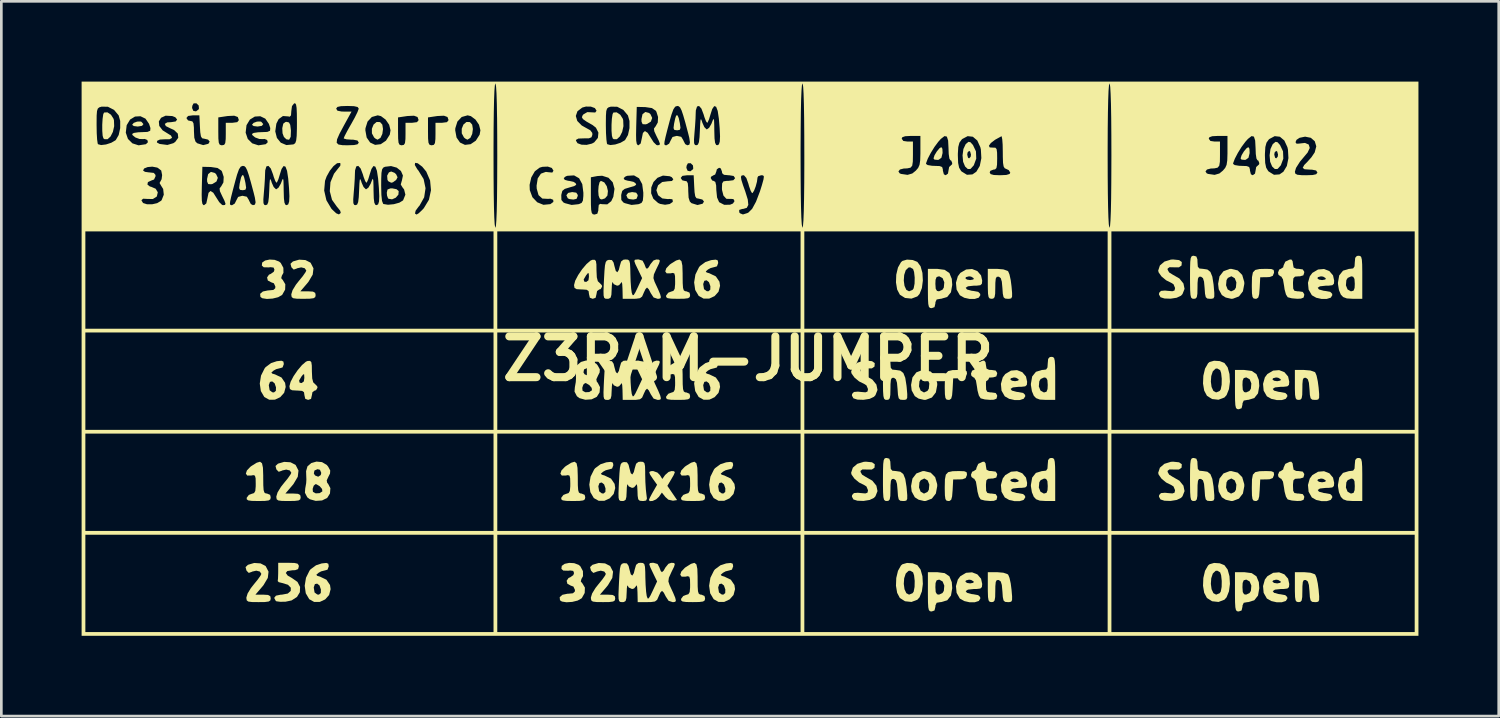
<source format=kicad_pcb>
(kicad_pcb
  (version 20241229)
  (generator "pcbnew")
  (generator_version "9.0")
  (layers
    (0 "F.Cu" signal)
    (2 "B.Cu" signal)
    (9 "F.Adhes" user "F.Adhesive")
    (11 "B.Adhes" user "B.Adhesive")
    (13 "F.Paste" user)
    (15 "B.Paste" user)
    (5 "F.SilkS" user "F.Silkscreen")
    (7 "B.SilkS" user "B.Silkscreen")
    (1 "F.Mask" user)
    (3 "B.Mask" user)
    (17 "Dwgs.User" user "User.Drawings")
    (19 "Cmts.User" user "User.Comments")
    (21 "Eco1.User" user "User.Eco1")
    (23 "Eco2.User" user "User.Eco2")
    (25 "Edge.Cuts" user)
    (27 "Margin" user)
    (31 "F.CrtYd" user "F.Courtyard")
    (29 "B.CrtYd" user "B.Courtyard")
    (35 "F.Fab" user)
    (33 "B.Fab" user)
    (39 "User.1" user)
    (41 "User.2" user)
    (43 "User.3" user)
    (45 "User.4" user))
  (footprint "Z3RAM-JUMPER"
    (layer "F.Cu")
    (at 24.91 10.356)
    (property "Reference" "Z3RAM-JUMPER" (at 0 0 0) (layer "F.SilkS") (effects (font (size 1.524 1.524) (thickness 0.3))))
    (attr board_only exclude_from_pos_files exclude_from_bom)
    (fp_poly (pts (xy -22.672 -8.852) (xy -22.6 -8.768) (xy -22.652 -8.703) (xy -22.811 -8.677) (xy -22.958 -8.695) (xy -23.021 -8.741) (xy -23.021 -8.742) (xy -22.963 -8.814) (xy -22.833 -8.862) (xy -22.703 -8.865)) (stroke (width 0) (type solid)) (fill yes) (layer "F.SilkS"))
    (fp_poly (pts (xy -18.193 -8.852) (xy -18.122 -8.768) (xy -18.174 -8.703) (xy -18.333 -8.677) (xy -18.48 -8.695) (xy -18.543 -8.741) (xy -18.543 -8.742) (xy -18.484 -8.814) (xy -18.355 -8.862) (xy -18.225 -8.865)) (stroke (width 0) (type solid)) (fill yes) (layer "F.SilkS"))
    (fp_poly (pts (xy -6.424 -6.206) (xy -6.37 -6.124) (xy -6.367 -6.088) (xy -6.412 -5.975) (xy -6.531 -5.948) (xy -6.678 -5.966) (xy -6.741 -5.994) (xy -6.794 -6.109) (xy -6.727 -6.197) (xy -6.577 -6.228)) (stroke (width 0) (type solid)) (fill yes) (layer "F.SilkS"))
    (fp_poly (pts (xy -4.185 -6.206) (xy -4.131 -6.124) (xy -4.128 -6.088) (xy -4.173 -5.975) (xy -4.292 -5.948) (xy -4.439 -5.966) (xy -4.502 -5.994) (xy -4.554 -6.109) (xy -4.487 -6.197) (xy -4.338 -6.228)) (stroke (width 0) (type solid)) (fill yes) (layer "F.SilkS"))
    (fp_poly (pts (xy -19.937 -6.944) (xy -19.885 -6.901) (xy -19.819 -6.759) (xy -19.87 -6.623) (xy -20.017 -6.532) (xy -20.072 -6.52) (xy -20.178 -6.527) (xy -20.218 -6.616) (xy -20.222 -6.715) (xy -20.181 -6.9) (xy -20.077 -6.982)) (stroke (width 0) (type solid)) (fill yes) (layer "F.SilkS"))
    (fp_poly (pts (xy -13.216 -6.948) (xy -13.155 -6.892) (xy -13.103 -6.78) (xy -13.155 -6.682) (xy -13.275 -6.593) (xy -13.341 -6.577) (xy -13.45 -6.634) (xy -13.479 -6.682) (xy -13.492 -6.841) (xy -13.426 -6.963) (xy -13.341 -6.997)) (stroke (width 0) (type solid)) (fill yes) (layer "F.SilkS"))
    (fp_poly (pts (xy -3.703 -9.183) (xy -3.652 -9.14) (xy -3.586 -8.998) (xy -3.636 -8.862) (xy -3.783 -8.771) (xy -3.838 -8.759) (xy -3.944 -8.766) (xy -3.984 -8.855) (xy -3.988 -8.954) (xy -3.948 -9.14) (xy -3.843 -9.221)) (stroke (width 0) (type solid)) (fill yes) (layer "F.SilkS"))
    (fp_poly (pts (xy -13.141 -6.335) (xy -13.06 -6.265) (xy -13.071 -6.132) (xy -13.169 -6.018) (xy -13.308 -5.956) (xy -13.438 -5.978) (xy -13.458 -5.994) (xy -13.495 -6.094) (xy -13.505 -6.204) (xy -13.478 -6.323) (xy -13.372 -6.365) (xy -13.302 -6.367)) (stroke (width 0) (type solid)) (fill yes) (layer "F.SilkS"))
    (fp_poly (pts (xy 7.259 -7.846) (xy 7.266 -7.699) (xy 7.264 -7.679) (xy 7.222 -7.51) (xy 7.123 -7.437) (xy 7.085 -7.43) (xy 6.963 -7.441) (xy 6.927 -7.485) (xy 6.965 -7.605) (xy 7.054 -7.751) (xy 7.155 -7.87) (xy 7.22 -7.907)) (stroke (width 0) (type solid)) (fill yes) (layer "F.SilkS"))
    (fp_poly (pts (xy 18.734 -7.846) (xy 18.741 -7.699) (xy 18.74 -7.679) (xy 18.698 -7.51) (xy 18.598 -7.437) (xy 18.56 -7.43) (xy 18.438 -7.441) (xy 18.403 -7.485) (xy 18.441 -7.605) (xy 18.529 -7.751) (xy 18.63 -7.87) (xy 18.695 -7.907)) (stroke (width 0) (type solid)) (fill yes) (layer "F.SilkS"))
    (fp_poly (pts (xy -13.758 -8.845) (xy -13.672 -8.749) (xy -13.646 -8.584) (xy -13.671 -8.402) (xy -13.741 -8.253) (xy -13.848 -8.187) (xy -13.855 -8.187) (xy -13.934 -8.23) (xy -13.98 -8.271) (xy -14.061 -8.422) (xy -14.062 -8.595) (xy -13.999 -8.751) (xy -13.888 -8.846)) (stroke (width 0) (type solid)) (fill yes) (layer "F.SilkS"))
    (fp_poly (pts (xy -10.4 -8.845) (xy -10.314 -8.749) (xy -10.287 -8.584) (xy -10.312 -8.402) (xy -10.382 -8.253) (xy -10.489 -8.187) (xy -10.496 -8.187) (xy -10.576 -8.23) (xy -10.622 -8.271) (xy -10.703 -8.422) (xy -10.704 -8.595) (xy -10.641 -8.751) (xy -10.53 -8.846)) (stroke (width 0) (type solid)) (fill yes) (layer "F.SilkS"))
    (fp_poly (pts (xy -18.864 -6.851) (xy -18.834 -6.77) (xy -18.795 -6.605) (xy -18.786 -6.56) (xy -18.762 -6.389) (xy -18.789 -6.315) (xy -18.881 -6.298) (xy -18.893 -6.298) (xy -18.991 -6.311) (xy -19.023 -6.379) (xy -19.003 -6.54) (xy -18.999 -6.56) (xy -18.951 -6.772) (xy -18.907 -6.861)) (stroke (width 0) (type solid)) (fill yes) (layer "F.SilkS"))
    (fp_poly (pts (xy -17.16 -8.829) (xy -17.113 -8.739) (xy -17.089 -8.547) (xy -17.087 -8.519) (xy -17.096 -8.292) (xy -17.156 -8.183) (xy -17.259 -8.2) (xy -17.349 -8.287) (xy -17.401 -8.424) (xy -17.411 -8.614) (xy -17.41 -8.62) (xy -17.373 -8.786) (xy -17.289 -8.848) (xy -17.248 -8.852)) (stroke (width 0) (type solid)) (fill yes) (layer "F.SilkS"))
    (fp_poly (pts (xy -5.376 -6.589) (xy -5.283 -6.446) (xy -5.241 -6.267) (xy -5.259 -6.1) (xy -5.349 -5.994) (xy -5.359 -5.99) (xy -5.469 -5.953) (xy -5.522 -5.966) (xy -5.551 -5.994) (xy -5.59 -6.099) (xy -5.602 -6.268) (xy -5.589 -6.451) (xy -5.554 -6.594) (xy -5.507 -6.647)) (stroke (width 0) (type solid)) (fill yes) (layer "F.SilkS"))
    (fp_poly (pts (xy -2.595 -8.994) (xy -2.552 -8.799) (xy -2.529 -8.628) (xy -2.555 -8.554) (xy -2.647 -8.537) (xy -2.659 -8.537) (xy -2.758 -8.55) (xy -2.789 -8.618) (xy -2.769 -8.779) (xy -2.765 -8.799) (xy -2.727 -8.976) (xy -2.693 -9.082) (xy -2.688 -9.091) (xy -2.64 -9.096)) (stroke (width 0) (type solid)) (fill yes) (layer "F.SilkS"))
    (fp_poly (pts (xy -23.813 -9.119) (xy -23.718 -8.969) (xy -23.702 -8.914) (xy -23.693 -8.69) (xy -23.741 -8.477) (xy -23.828 -8.306) (xy -23.937 -8.205) (xy -24.052 -8.203) (xy -24.094 -8.233) (xy -24.124 -8.331) (xy -24.138 -8.516) (xy -24.139 -8.743) (xy -24.126 -8.964) (xy -24.102 -9.133) (xy -24.072 -9.2) (xy -23.946 -9.208)) (stroke (width 0) (type solid)) (fill yes) (layer "F.SilkS"))
    (fp_poly (pts (xy -4.781 -9.119) (xy -4.685 -8.969) (xy -4.67 -8.914) (xy -4.661 -8.69) (xy -4.708 -8.477) (xy -4.795 -8.306) (xy -4.904 -8.205) (xy -5.02 -8.203) (xy -5.061 -8.233) (xy -5.091 -8.331) (xy -5.106 -8.516) (xy -5.106 -8.743) (xy -5.094 -8.964) (xy -5.069 -9.133) (xy -5.039 -9.2) (xy -4.914 -9.208)) (stroke (width 0) (type solid)) (fill yes) (layer "F.SilkS"))
    (fp_poly (pts (xy 8.075 0.427) (xy 8.162 0.46) (xy 8.178 0.538) (xy 8.174 0.574) (xy 8.13 0.682) (xy 8.012 0.726) (xy 7.907 0.731) (xy 7.662 0.735) (xy 7.641 1.137) (xy 7.622 1.367) (xy 7.589 1.489) (xy 7.529 1.535) (xy 7.484 1.539) (xy 7.413 1.526) (xy 7.372 1.466) (xy 7.353 1.331) (xy 7.347 1.092) (xy 7.347 1.022) (xy 7.353 0.732) (xy 7.388 0.554) (xy 7.476 0.461) (xy 7.641 0.425) (xy 7.882 0.42)) (stroke (width 0) (type solid)) (fill yes) (layer "F.SilkS"))
    (fp_poly (pts (xy 8.075 4.205) (xy 8.162 4.239) (xy 8.178 4.316) (xy 8.174 4.352) (xy 8.13 4.46) (xy 8.012 4.504) (xy 7.907 4.51) (xy 7.662 4.513) (xy 7.641 4.916) (xy 7.622 5.146) (xy 7.589 5.268) (xy 7.529 5.314) (xy 7.484 5.318) (xy 7.413 5.304) (xy 7.372 5.245) (xy 7.353 5.11) (xy 7.347 4.87) (xy 7.347 4.801) (xy 7.353 4.51) (xy 7.388 4.332) (xy 7.476 4.239) (xy 7.641 4.204) (xy 7.882 4.198)) (stroke (width 0) (type solid)) (fill yes) (layer "F.SilkS"))
    (fp_poly (pts (xy 19.551 -3.352) (xy 19.638 -3.318) (xy 19.654 -3.241) (xy 19.65 -3.205) (xy 19.605 -3.097) (xy 19.488 -3.053) (xy 19.382 -3.047) (xy 19.137 -3.044) (xy 19.116 -2.641) (xy 19.098 -2.411) (xy 19.065 -2.289) (xy 19.005 -2.244) (xy 18.959 -2.239) (xy 18.889 -2.253) (xy 18.848 -2.312) (xy 18.828 -2.447) (xy 18.823 -2.687) (xy 18.823 -2.756) (xy 18.829 -3.047) (xy 18.863 -3.225) (xy 18.951 -3.318) (xy 19.116 -3.353) (xy 19.358 -3.359)) (stroke (width 0) (type solid)) (fill yes) (layer "F.SilkS"))
    (fp_poly (pts (xy 19.551 4.205) (xy 19.638 4.239) (xy 19.654 4.316) (xy 19.65 4.352) (xy 19.605 4.46) (xy 19.488 4.504) (xy 19.382 4.51) (xy 19.137 4.513) (xy 19.116 4.916) (xy 19.098 5.146) (xy 19.065 5.268) (xy 19.005 5.314) (xy 18.959 5.318) (xy 18.889 5.304) (xy 18.848 5.245) (xy 18.828 5.11) (xy 18.823 4.87) (xy 18.823 4.801) (xy 18.829 4.51) (xy 18.863 4.332) (xy 18.951 4.239) (xy 19.116 4.204) (xy 19.358 4.198)) (stroke (width 0) (type solid)) (fill yes) (layer "F.SilkS"))
    (fp_poly (pts (xy 8.307 -8.091) (xy 8.401 -7.987) (xy 8.513 -7.75) (xy 8.524 -7.477) (xy 8.433 -7.23) (xy 8.428 -7.223) (xy 8.31 -7.092) (xy 8.209 -7.089) (xy 8.108 -7.183) (xy 8.033 -7.36) (xy 8.012 -7.599) (xy 8.016 -7.627) (xy 8.187 -7.627) (xy 8.216 -7.513) (xy 8.257 -7.487) (xy 8.314 -7.546) (xy 8.327 -7.627) (xy 8.297 -7.741) (xy 8.257 -7.767) (xy 8.2 -7.708) (xy 8.187 -7.627) (xy 8.016 -7.627) (xy 8.044 -7.837) (xy 8.127 -8.014) (xy 8.139 -8.027) (xy 8.234 -8.106)) (stroke (width 0) (type solid)) (fill yes) (layer "F.SilkS"))
    (fp_poly (pts (xy 19.783 -8.091) (xy 19.877 -7.987) (xy 19.989 -7.75) (xy 20 -7.477) (xy 19.908 -7.23) (xy 19.903 -7.223) (xy 19.786 -7.092) (xy 19.684 -7.089) (xy 19.583 -7.183) (xy 19.508 -7.36) (xy 19.488 -7.599) (xy 19.491 -7.627) (xy 19.662 -7.627) (xy 19.692 -7.513) (xy 19.732 -7.487) (xy 19.789 -7.546) (xy 19.802 -7.627) (xy 19.773 -7.741) (xy 19.732 -7.767) (xy 19.675 -7.708) (xy 19.662 -7.627) (xy 19.491 -7.627) (xy 19.52 -7.837) (xy 19.602 -8.014) (xy 19.614 -8.027) (xy 19.71 -8.106)) (stroke (width 0) (type solid)) (fill yes) (layer "F.SilkS"))
    (fp_poly (pts (xy -2.768 4.205) (xy -2.74 4.245) (xy -2.783 4.348) (xy -2.874 4.506) (xy -3.019 4.751) (xy -2.656 5.283) (xy -2.81 5.307) (xy -2.984 5.267) (xy -3.094 5.167) (xy -3.224 5.003) (xy -3.335 5.16) (xy -3.44 5.256) (xy -3.57 5.315) (xy -3.675 5.322) (xy -3.709 5.279) (xy -3.677 5.2) (xy -3.596 5.047) (xy -3.556 4.976) (xy -3.403 4.71) (xy -3.556 4.496) (xy -3.67 4.324) (xy -3.696 4.235) (xy -3.634 4.202) (xy -3.55 4.198) (xy -3.392 4.254) (xy -3.3 4.346) (xy -3.208 4.494) (xy -3.104 4.346) (xy -2.975 4.232) (xy -2.865 4.198)) (stroke (width 0) (type solid)) (fill yes) (layer "F.SilkS"))
    (fp_poly (pts (xy 6.822 0.48) (xy 6.989 0.648) (xy 7.064 0.908) (xy 7.067 0.98) (xy 7.015 1.259) (xy 6.867 1.45) (xy 6.64 1.536) (xy 6.577 1.539) (xy 6.372 1.492) (xy 6.228 1.399) (xy 6.111 1.184) (xy 6.094 1.034) (xy 6.385 1.034) (xy 6.445 1.189) (xy 6.564 1.259) (xy 6.577 1.26) (xy 6.702 1.201) (xy 6.752 1.12) (xy 6.77 0.926) (xy 6.71 0.771) (xy 6.591 0.7) (xy 6.577 0.7) (xy 6.453 0.758) (xy 6.402 0.84) (xy 6.385 1.034) (xy 6.094 1.034) (xy 6.088 0.98) (xy 6.14 0.701) (xy 6.287 0.509) (xy 6.515 0.423) (xy 6.577 0.42)) (stroke (width 0) (type solid)) (fill yes) (layer "F.SilkS"))
    (fp_poly (pts (xy 6.822 4.258) (xy 6.989 4.427) (xy 7.064 4.687) (xy 7.067 4.758) (xy 7.015 5.037) (xy 6.867 5.228) (xy 6.64 5.315) (xy 6.577 5.318) (xy 6.372 5.27) (xy 6.228 5.178) (xy 6.111 4.962) (xy 6.094 4.812) (xy 6.385 4.812) (xy 6.445 4.967) (xy 6.564 5.037) (xy 6.577 5.038) (xy 6.702 4.979) (xy 6.752 4.898) (xy 6.77 4.704) (xy 6.71 4.549) (xy 6.591 4.479) (xy 6.577 4.478) (xy 6.453 4.537) (xy 6.402 4.618) (xy 6.385 4.812) (xy 6.094 4.812) (xy 6.088 4.758) (xy 6.14 4.479) (xy 6.287 4.288) (xy 6.515 4.202) (xy 6.577 4.198)) (stroke (width 0) (type solid)) (fill yes) (layer "F.SilkS"))
    (fp_poly (pts (xy 18.297 -3.299) (xy 18.464 -3.13) (xy 18.54 -2.87) (xy 18.543 -2.799) (xy 18.49 -2.52) (xy 18.343 -2.329) (xy 18.115 -2.242) (xy 18.053 -2.239) (xy 17.847 -2.287) (xy 17.703 -2.379) (xy 17.586 -2.595) (xy 17.569 -2.745) (xy 17.86 -2.745) (xy 17.92 -2.59) (xy 18.039 -2.52) (xy 18.053 -2.519) (xy 18.178 -2.578) (xy 18.228 -2.659) (xy 18.246 -2.853) (xy 18.185 -3.008) (xy 18.067 -3.078) (xy 18.053 -3.079) (xy 17.928 -3.02) (xy 17.878 -2.939) (xy 17.86 -2.745) (xy 17.569 -2.745) (xy 17.563 -2.799) (xy 17.615 -3.078) (xy 17.763 -3.269) (xy 17.991 -3.355) (xy 18.053 -3.359)) (stroke (width 0) (type solid)) (fill yes) (layer "F.SilkS"))
    (fp_poly (pts (xy 18.297 4.258) (xy 18.464 4.427) (xy 18.54 4.687) (xy 18.543 4.758) (xy 18.49 5.037) (xy 18.343 5.228) (xy 18.115 5.315) (xy 18.053 5.318) (xy 17.847 5.27) (xy 17.703 5.178) (xy 17.586 4.962) (xy 17.569 4.812) (xy 17.86 4.812) (xy 17.92 4.967) (xy 18.039 5.037) (xy 18.053 5.038) (xy 18.178 4.979) (xy 18.228 4.898) (xy 18.246 4.704) (xy 18.185 4.549) (xy 18.067 4.479) (xy 18.053 4.478) (xy 17.928 4.537) (xy 17.878 4.618) (xy 17.86 4.812) (xy 17.569 4.812) (xy 17.563 4.758) (xy 17.615 4.479) (xy 17.763 4.288) (xy 17.991 4.202) (xy 18.053 4.198)) (stroke (width 0) (type solid)) (fill yes) (layer "F.SilkS"))
    (fp_poly (pts (xy 9.54 -3.338) (xy 9.696 -3.282) (xy 9.719 -3.262) (xy 9.767 -3.145) (xy 9.813 -2.936) (xy 9.843 -2.702) (xy 9.864 -2.455) (xy 9.863 -2.317) (xy 9.83 -2.255) (xy 9.756 -2.24) (xy 9.705 -2.239) (xy 9.602 -2.249) (xy 9.545 -2.3) (xy 9.517 -2.427) (xy 9.502 -2.641) (xy 9.48 -2.88) (xy 9.44 -3.011) (xy 9.37 -3.063) (xy 9.359 -3.066) (xy 9.291 -3.061) (xy 9.253 -2.993) (xy 9.238 -2.834) (xy 9.236 -2.664) (xy 9.231 -2.428) (xy 9.209 -2.3) (xy 9.16 -2.247) (xy 9.096 -2.239) (xy 9.027 -2.251) (xy 8.985 -2.305) (xy 8.964 -2.429) (xy 8.957 -2.651) (xy 8.956 -2.799) (xy 8.956 -3.359) (xy 9.298 -3.359)) (stroke (width 0) (type solid)) (fill yes) (layer "F.SilkS"))
    (fp_poly (pts (xy 9.54 7.998) (xy 9.696 8.053) (xy 9.719 8.074) (xy 9.767 8.19) (xy 9.813 8.4) (xy 9.843 8.634) (xy 9.864 8.88) (xy 9.863 9.019) (xy 9.83 9.08) (xy 9.756 9.096) (xy 9.705 9.096) (xy 9.602 9.087) (xy 9.545 9.035) (xy 9.517 8.908) (xy 9.502 8.695) (xy 9.48 8.455) (xy 9.44 8.325) (xy 9.37 8.272) (xy 9.359 8.27) (xy 9.291 8.275) (xy 9.253 8.343) (xy 9.238 8.502) (xy 9.236 8.671) (xy 9.231 8.908) (xy 9.209 9.036) (xy 9.16 9.088) (xy 9.096 9.096) (xy 9.027 9.085) (xy 8.985 9.031) (xy 8.964 8.907) (xy 8.957 8.684) (xy 8.956 8.537) (xy 8.956 7.977) (xy 9.298 7.977)) (stroke (width 0) (type solid)) (fill yes) (layer "F.SilkS"))
    (fp_poly (pts (xy 21.015 0.441) (xy 21.172 0.496) (xy 21.195 0.517) (xy 21.243 0.633) (xy 21.288 0.843) (xy 21.319 1.077) (xy 21.34 1.323) (xy 21.338 1.462) (xy 21.305 1.523) (xy 21.231 1.539) (xy 21.18 1.539) (xy 21.077 1.53) (xy 21.02 1.478) (xy 20.992 1.351) (xy 20.978 1.138) (xy 20.956 0.898) (xy 20.915 0.768) (xy 20.845 0.715) (xy 20.834 0.713) (xy 20.766 0.718) (xy 20.729 0.786) (xy 20.714 0.945) (xy 20.712 1.114) (xy 20.707 1.351) (xy 20.685 1.479) (xy 20.636 1.531) (xy 20.572 1.539) (xy 20.502 1.528) (xy 20.46 1.474) (xy 20.439 1.35) (xy 20.432 1.127) (xy 20.432 0.98) (xy 20.432 0.42) (xy 20.773 0.42)) (stroke (width 0) (type solid)) (fill yes) (layer "F.SilkS"))
    (fp_poly (pts (xy 21.015 7.998) (xy 21.172 8.053) (xy 21.195 8.074) (xy 21.243 8.19) (xy 21.288 8.4) (xy 21.319 8.634) (xy 21.34 8.88) (xy 21.338 9.019) (xy 21.305 9.08) (xy 21.231 9.096) (xy 21.18 9.096) (xy 21.077 9.087) (xy 21.02 9.035) (xy 20.992 8.908) (xy 20.978 8.695) (xy 20.956 8.455) (xy 20.915 8.325) (xy 20.845 8.272) (xy 20.834 8.27) (xy 20.766 8.275) (xy 20.729 8.343) (xy 20.714 8.502) (xy 20.712 8.671) (xy 20.707 8.908) (xy 20.685 9.036) (xy 20.636 9.088) (xy 20.572 9.096) (xy 20.502 9.085) (xy 20.46 9.031) (xy 20.439 8.907) (xy 20.432 8.684) (xy 20.432 8.537) (xy 20.432 7.977) (xy 20.773 7.977)) (stroke (width 0) (type solid)) (fill yes) (layer "F.SilkS"))
    (fp_poly (pts (xy 6.15 -3.689) (xy 6.323 -3.619) (xy 6.444 -3.454) (xy 6.513 -3.206) (xy 6.529 -2.92) (xy 6.493 -2.642) (xy 6.405 -2.419) (xy 6.323 -2.328) (xy 6.103 -2.246) (xy 5.863 -2.271) (xy 5.67 -2.392) (xy 5.568 -2.587) (xy 5.524 -2.852) (xy 5.527 -2.922) (xy 5.816 -2.922) (xy 5.843 -2.722) (xy 5.911 -2.574) (xy 6.013 -2.519) (xy 6.143 -2.572) (xy 6.185 -2.63) (xy 6.219 -2.806) (xy 6.224 -3.032) (xy 6.201 -3.241) (xy 6.164 -3.351) (xy 6.055 -3.415) (xy 5.992 -3.407) (xy 5.889 -3.307) (xy 5.831 -3.131) (xy 5.816 -2.922) (xy 5.527 -2.922) (xy 5.535 -3.141) (xy 5.599 -3.409) (xy 5.711 -3.607) (xy 5.766 -3.655) (xy 5.936 -3.704)) (stroke (width 0) (type solid)) (fill yes) (layer "F.SilkS"))
    (fp_poly (pts (xy 6.15 7.646) (xy 6.323 7.716) (xy 6.444 7.881) (xy 6.513 8.13) (xy 6.529 8.416) (xy 6.493 8.693) (xy 6.405 8.916) (xy 6.323 9.007) (xy 6.103 9.09) (xy 5.863 9.064) (xy 5.67 8.943) (xy 5.568 8.749) (xy 5.524 8.484) (xy 5.527 8.414) (xy 5.816 8.414) (xy 5.843 8.614) (xy 5.911 8.762) (xy 6.013 8.817) (xy 6.143 8.764) (xy 6.185 8.706) (xy 6.219 8.53) (xy 6.224 8.304) (xy 6.201 8.095) (xy 6.164 7.984) (xy 6.055 7.921) (xy 5.992 7.929) (xy 5.889 8.029) (xy 5.831 8.204) (xy 5.816 8.414) (xy 5.527 8.414) (xy 5.535 8.194) (xy 5.599 7.927) (xy 5.711 7.728) (xy 5.766 7.681) (xy 5.936 7.632)) (stroke (width 0) (type solid)) (fill yes) (layer "F.SilkS"))
    (fp_poly (pts (xy 17.625 0.089) (xy 17.799 0.159) (xy 17.92 0.324) (xy 17.988 0.573) (xy 18.005 0.859) (xy 17.969 1.136) (xy 17.88 1.359) (xy 17.798 1.45) (xy 17.578 1.533) (xy 17.338 1.507) (xy 17.146 1.386) (xy 17.043 1.192) (xy 16.999 0.927) (xy 17.002 0.857) (xy 17.292 0.857) (xy 17.319 1.057) (xy 17.387 1.205) (xy 17.489 1.26) (xy 17.619 1.207) (xy 17.661 1.149) (xy 17.695 0.973) (xy 17.699 0.747) (xy 17.676 0.538) (xy 17.639 0.427) (xy 17.53 0.364) (xy 17.467 0.372) (xy 17.365 0.472) (xy 17.307 0.647) (xy 17.292 0.857) (xy 17.002 0.857) (xy 17.011 0.637) (xy 17.074 0.37) (xy 17.187 0.171) (xy 17.241 0.124) (xy 17.412 0.075)) (stroke (width 0) (type solid)) (fill yes) (layer "F.SilkS"))
    (fp_poly (pts (xy 17.625 7.646) (xy 17.799 7.716) (xy 17.92 7.881) (xy 17.988 8.13) (xy 18.005 8.416) (xy 17.969 8.693) (xy 17.88 8.916) (xy 17.798 9.007) (xy 17.578 9.09) (xy 17.338 9.064) (xy 17.146 8.943) (xy 17.043 8.749) (xy 16.999 8.484) (xy 17.002 8.414) (xy 17.292 8.414) (xy 17.319 8.614) (xy 17.387 8.762) (xy 17.489 8.817) (xy 17.619 8.764) (xy 17.661 8.706) (xy 17.695 8.53) (xy 17.699 8.304) (xy 17.676 8.095) (xy 17.639 7.984) (xy 17.53 7.921) (xy 17.467 7.929) (xy 17.365 8.029) (xy 17.307 8.204) (xy 17.292 8.414) (xy 17.002 8.414) (xy 17.011 8.194) (xy 17.074 7.927) (xy 17.187 7.728) (xy 17.241 7.681) (xy 17.412 7.632)) (stroke (width 0) (type solid)) (fill yes) (layer "F.SilkS"))
    (fp_poly (pts (xy -18.168 3.908) (xy -18.133 4.075) (xy -18.123 4.366) (xy -18.123 4.443) (xy -18.12 4.732) (xy -18.108 4.909) (xy -18.08 5.001) (xy -18.03 5.034) (xy -17.983 5.038) (xy -17.866 5.087) (xy -17.843 5.178) (xy -17.857 5.253) (xy -17.92 5.296) (xy -18.062 5.314) (xy -18.303 5.318) (xy -18.55 5.313) (xy -18.686 5.294) (xy -18.739 5.253) (xy -18.74 5.195) (xy -18.66 5.09) (xy -18.559 5.051) (xy -18.466 5.021) (xy -18.419 4.941) (xy -18.404 4.774) (xy -18.403 4.676) (xy -18.407 4.469) (xy -18.432 4.371) (xy -18.493 4.35) (xy -18.573 4.366) (xy -18.719 4.367) (xy -18.772 4.295) (xy -18.732 4.175) (xy -18.602 4.038) (xy -18.558 4.006) (xy -18.367 3.887) (xy -18.241 3.849)) (stroke (width 0) (type solid)) (fill yes) (layer "F.SilkS"))
    (fp_poly (pts (xy -16.956 7.633) (xy -16.84 7.659) (xy -16.797 7.718) (xy -16.793 7.767) (xy -16.821 7.863) (xy -16.928 7.902) (xy -17.038 7.907) (xy -17.222 7.935) (xy -17.279 8.007) (xy -17.209 8.105) (xy -17.056 8.192) (xy -16.843 8.341) (xy -16.745 8.529) (xy -16.754 8.726) (xy -16.862 8.904) (xy -17.063 9.033) (xy -17.293 9.082) (xy -17.492 9.084) (xy -17.628 9.066) (xy -17.653 9.053) (xy -17.713 8.938) (xy -17.647 8.855) (xy -17.467 8.818) (xy -17.421 8.817) (xy -17.205 8.776) (xy -17.095 8.679) (xy -17.092 8.558) (xy -17.198 8.448) (xy -17.411 8.383) (xy -17.542 8.351) (xy -17.581 8.309) (xy -17.57 8.213) (xy -17.564 8.03) (xy -17.563 7.942) (xy -17.563 7.627) (xy -17.178 7.627)) (stroke (width 0) (type solid)) (fill yes) (layer "F.SilkS"))
    (fp_poly (pts (xy -6.412 3.908) (xy -6.378 4.075) (xy -6.368 4.366) (xy -6.367 4.443) (xy -6.365 4.732) (xy -6.353 4.909) (xy -6.325 5.001) (xy -6.274 5.034) (xy -6.228 5.038) (xy -6.111 5.087) (xy -6.088 5.178) (xy -6.102 5.253) (xy -6.164 5.296) (xy -6.306 5.314) (xy -6.548 5.318) (xy -6.795 5.313) (xy -6.931 5.294) (xy -6.984 5.253) (xy -6.984 5.195) (xy -6.904 5.09) (xy -6.804 5.051) (xy -6.71 5.021) (xy -6.664 4.941) (xy -6.648 4.774) (xy -6.647 4.676) (xy -6.652 4.469) (xy -6.676 4.371) (xy -6.738 4.35) (xy -6.817 4.366) (xy -6.964 4.367) (xy -7.017 4.295) (xy -6.977 4.175) (xy -6.846 4.038) (xy -6.803 4.006) (xy -6.611 3.887) (xy -6.486 3.849)) (stroke (width 0) (type solid)) (fill yes) (layer "F.SilkS"))
    (fp_poly (pts (xy -2.494 -3.649) (xy -2.459 -3.482) (xy -2.449 -3.191) (xy -2.449 -3.114) (xy -2.446 -2.825) (xy -2.434 -2.648) (xy -2.406 -2.556) (xy -2.356 -2.523) (xy -2.309 -2.519) (xy -2.192 -2.47) (xy -2.169 -2.379) (xy -2.183 -2.304) (xy -2.246 -2.261) (xy -2.388 -2.243) (xy -2.629 -2.239) (xy -2.877 -2.244) (xy -3.013 -2.263) (xy -3.065 -2.304) (xy -3.066 -2.362) (xy -2.986 -2.467) (xy -2.886 -2.506) (xy -2.792 -2.536) (xy -2.745 -2.616) (xy -2.73 -2.783) (xy -2.729 -2.881) (xy -2.733 -3.088) (xy -2.758 -3.186) (xy -2.819 -3.207) (xy -2.899 -3.191) (xy -3.045 -3.19) (xy -3.098 -3.263) (xy -3.059 -3.382) (xy -2.928 -3.519) (xy -2.884 -3.551) (xy -2.693 -3.67) (xy -2.567 -3.708)) (stroke (width 0) (type solid)) (fill yes) (layer "F.SilkS"))
    (fp_poly (pts (xy -2.494 0.129) (xy -2.459 0.297) (xy -2.449 0.588) (xy -2.449 0.665) (xy -2.446 0.954) (xy -2.434 1.131) (xy -2.406 1.222) (xy -2.356 1.256) (xy -2.309 1.26) (xy -2.192 1.309) (xy -2.169 1.399) (xy -2.183 1.475) (xy -2.246 1.517) (xy -2.388 1.535) (xy -2.629 1.539) (xy -2.877 1.535) (xy -3.013 1.516) (xy -3.065 1.475) (xy -3.066 1.417) (xy -2.986 1.311) (xy -2.886 1.272) (xy -2.792 1.242) (xy -2.745 1.163) (xy -2.73 0.996) (xy -2.729 0.897) (xy -2.733 0.69) (xy -2.758 0.592) (xy -2.819 0.571) (xy -2.899 0.587) (xy -3.045 0.589) (xy -3.098 0.516) (xy -3.059 0.397) (xy -2.928 0.259) (xy -2.884 0.227) (xy -2.693 0.108) (xy -2.567 0.071)) (stroke (width 0) (type solid)) (fill yes) (layer "F.SilkS"))
    (fp_poly (pts (xy -1.934 3.908) (xy -1.899 4.075) (xy -1.889 4.366) (xy -1.889 4.443) (xy -1.887 4.732) (xy -1.875 4.909) (xy -1.847 5.001) (xy -1.796 5.034) (xy -1.749 5.038) (xy -1.632 5.087) (xy -1.609 5.178) (xy -1.623 5.253) (xy -1.686 5.296) (xy -1.828 5.314) (xy -2.069 5.318) (xy -2.317 5.313) (xy -2.453 5.294) (xy -2.505 5.253) (xy -2.506 5.195) (xy -2.426 5.09) (xy -2.326 5.051) (xy -2.232 5.021) (xy -2.185 4.941) (xy -2.17 4.774) (xy -2.169 4.676) (xy -2.173 4.469) (xy -2.198 4.371) (xy -2.26 4.35) (xy -2.339 4.366) (xy -2.485 4.367) (xy -2.538 4.295) (xy -2.499 4.175) (xy -2.368 4.038) (xy -2.325 4.006) (xy -2.133 3.887) (xy -2.008 3.849)) (stroke (width 0) (type solid)) (fill yes) (layer "F.SilkS"))
    (fp_poly (pts (xy -1.934 7.686) (xy -1.899 7.854) (xy -1.889 8.145) (xy -1.889 8.222) (xy -1.887 8.511) (xy -1.875 8.688) (xy -1.847 8.779) (xy -1.796 8.813) (xy -1.749 8.817) (xy -1.632 8.866) (xy -1.609 8.956) (xy -1.623 9.032) (xy -1.686 9.074) (xy -1.828 9.092) (xy -2.069 9.096) (xy -2.317 9.092) (xy -2.453 9.073) (xy -2.505 9.032) (xy -2.506 8.974) (xy -2.426 8.868) (xy -2.326 8.829) (xy -2.232 8.799) (xy -2.185 8.72) (xy -2.17 8.553) (xy -2.169 8.454) (xy -2.173 8.247) (xy -2.198 8.149) (xy -2.26 8.128) (xy -2.339 8.144) (xy -2.485 8.146) (xy -2.538 8.073) (xy -2.499 7.954) (xy -2.368 7.816) (xy -2.325 7.784) (xy -2.133 7.665) (xy -2.008 7.628)) (stroke (width 0) (type solid)) (fill yes) (layer "F.SilkS"))
    (fp_poly (pts (xy 7.343 -3.322) (xy 7.521 -3.202) (xy 7.61 -2.984) (xy 7.627 -2.759) (xy 7.579 -2.483) (xy 7.439 -2.308) (xy 7.212 -2.24) (xy 7.184 -2.239) (xy 7.045 -2.214) (xy 6.999 -2.114) (xy 6.997 -2.064) (xy 6.964 -1.927) (xy 6.857 -1.889) (xy 6.795 -1.898) (xy 6.754 -1.943) (xy 6.731 -2.046) (xy 6.72 -2.235) (xy 6.717 -2.532) (xy 6.717 -2.624) (xy 6.717 -2.799) (xy 6.997 -2.799) (xy 7.009 -2.615) (xy 7.058 -2.534) (xy 7.132 -2.519) (xy 7.261 -2.578) (xy 7.312 -2.659) (xy 7.33 -2.855) (xy 7.268 -3.009) (xy 7.145 -3.078) (xy 7.132 -3.079) (xy 7.044 -3.054) (xy 7.004 -2.954) (xy 6.997 -2.799) (xy 6.717 -2.799) (xy 6.717 -3.359) (xy 7.063 -3.359)) (stroke (width 0) (type solid)) (fill yes) (layer "F.SilkS"))
    (fp_poly (pts (xy 7.343 8.013) (xy 7.521 8.133) (xy 7.61 8.351) (xy 7.627 8.576) (xy 7.579 8.852) (xy 7.439 9.028) (xy 7.212 9.096) (xy 7.184 9.096) (xy 7.045 9.121) (xy 6.999 9.222) (xy 6.997 9.271) (xy 6.964 9.409) (xy 6.857 9.446) (xy 6.795 9.437) (xy 6.754 9.393) (xy 6.731 9.289) (xy 6.72 9.101) (xy 6.717 8.804) (xy 6.717 8.712) (xy 6.717 8.537) (xy 6.997 8.537) (xy 7.009 8.72) (xy 7.058 8.802) (xy 7.132 8.817) (xy 7.261 8.758) (xy 7.312 8.677) (xy 7.33 8.481) (xy 7.268 8.326) (xy 7.145 8.257) (xy 7.132 8.257) (xy 7.044 8.282) (xy 7.004 8.382) (xy 6.997 8.537) (xy 6.717 8.537) (xy 6.717 7.977) (xy 7.063 7.977)) (stroke (width 0) (type solid)) (fill yes) (layer "F.SilkS"))
    (fp_poly (pts (xy 18.819 0.456) (xy 18.996 0.576) (xy 19.085 0.794) (xy 19.102 1.019) (xy 19.054 1.295) (xy 18.914 1.471) (xy 18.688 1.539) (xy 18.66 1.539) (xy 18.521 1.564) (xy 18.475 1.665) (xy 18.473 1.714) (xy 18.44 1.851) (xy 18.333 1.889) (xy 18.27 1.88) (xy 18.23 1.836) (xy 18.207 1.732) (xy 18.196 1.544) (xy 18.193 1.247) (xy 18.193 1.155) (xy 18.193 0.98) (xy 18.473 0.98) (xy 18.485 1.163) (xy 18.533 1.245) (xy 18.608 1.26) (xy 18.736 1.201) (xy 18.788 1.12) (xy 18.805 0.924) (xy 18.743 0.769) (xy 18.621 0.7) (xy 18.608 0.7) (xy 18.519 0.725) (xy 18.48 0.824) (xy 18.473 0.98) (xy 18.193 0.98) (xy 18.193 0.42) (xy 18.539 0.42)) (stroke (width 0) (type solid)) (fill yes) (layer "F.SilkS"))
    (fp_poly (pts (xy 18.819 8.013) (xy 18.996 8.133) (xy 19.085 8.351) (xy 19.102 8.576) (xy 19.054 8.852) (xy 18.914 9.028) (xy 18.688 9.096) (xy 18.66 9.096) (xy 18.521 9.121) (xy 18.475 9.222) (xy 18.473 9.271) (xy 18.44 9.409) (xy 18.333 9.446) (xy 18.27 9.437) (xy 18.23 9.393) (xy 18.207 9.289) (xy 18.196 9.101) (xy 18.193 8.804) (xy 18.193 8.712) (xy 18.193 8.537) (xy 18.473 8.537) (xy 18.485 8.72) (xy 18.533 8.802) (xy 18.608 8.817) (xy 18.736 8.758) (xy 18.788 8.677) (xy 18.805 8.481) (xy 18.743 8.326) (xy 18.621 8.257) (xy 18.608 8.257) (xy 18.519 8.282) (xy 18.48 8.382) (xy 18.473 8.537) (xy 18.193 8.537) (xy 18.193 7.977) (xy 18.539 7.977)) (stroke (width 0) (type solid)) (fill yes) (layer "F.SilkS"))
    (fp_poly (pts (xy -18.224 7.649) (xy -18.042 7.742) (xy -18.029 7.755) (xy -17.924 7.958) (xy -17.952 8.192) (xy -18.112 8.462) (xy -18.163 8.524) (xy -18.414 8.817) (xy -18.128 8.817) (xy -17.943 8.828) (xy -17.86 8.874) (xy -17.843 8.956) (xy -17.857 9.032) (xy -17.92 9.074) (xy -18.063 9.093) (xy -18.298 9.096) (xy -18.542 9.093) (xy -18.679 9.076) (xy -18.738 9.032) (xy -18.752 8.95) (xy -18.753 8.926) (xy -18.706 8.773) (xy -18.581 8.568) (xy -18.473 8.432) (xy -18.325 8.25) (xy -18.223 8.106) (xy -18.193 8.04) (xy -18.25 7.954) (xy -18.382 7.921) (xy -18.53 7.954) (xy -18.55 7.965) (xy -18.663 8.005) (xy -18.742 7.926) (xy -18.751 7.909) (xy -18.783 7.788) (xy -18.696 7.704) (xy -18.688 7.7) (xy -18.46 7.633)) (stroke (width 0) (type solid)) (fill yes) (layer "F.SilkS"))
    (fp_poly (pts (xy -17.104 3.87) (xy -16.922 3.963) (xy -16.909 3.976) (xy -16.805 4.179) (xy -16.832 4.413) (xy -16.993 4.684) (xy -17.044 4.746) (xy -17.294 5.038) (xy -17.009 5.038) (xy -16.823 5.049) (xy -16.741 5.095) (xy -16.723 5.178) (xy -16.738 5.254) (xy -16.801 5.296) (xy -16.944 5.314) (xy -17.178 5.318) (xy -17.423 5.315) (xy -17.559 5.297) (xy -17.619 5.254) (xy -17.633 5.172) (xy -17.633 5.147) (xy -17.586 4.994) (xy -17.461 4.79) (xy -17.353 4.653) (xy -17.205 4.472) (xy -17.104 4.327) (xy -17.073 4.262) (xy -17.13 4.176) (xy -17.263 4.143) (xy -17.411 4.176) (xy -17.43 4.187) (xy -17.543 4.226) (xy -17.622 4.148) (xy -17.632 4.131) (xy -17.664 4.009) (xy -17.576 3.926) (xy -17.569 3.921) (xy -17.34 3.855)) (stroke (width 0) (type solid)) (fill yes) (layer "F.SilkS"))
    (fp_poly (pts (xy -16.545 -3.687) (xy -16.362 -3.594) (xy -16.349 -3.581) (xy -16.245 -3.378) (xy -16.273 -3.144) (xy -16.433 -2.873) (xy -16.484 -2.811) (xy -16.734 -2.519) (xy -16.449 -2.519) (xy -16.264 -2.508) (xy -16.181 -2.462) (xy -16.164 -2.379) (xy -16.178 -2.303) (xy -16.241 -2.261) (xy -16.384 -2.243) (xy -16.618 -2.239) (xy -16.863 -2.242) (xy -16.999 -2.26) (xy -17.059 -2.303) (xy -17.073 -2.385) (xy -17.073 -2.41) (xy -17.026 -2.563) (xy -16.901 -2.767) (xy -16.793 -2.904) (xy -16.645 -3.085) (xy -16.544 -3.23) (xy -16.513 -3.295) (xy -16.571 -3.381) (xy -16.703 -3.414) (xy -16.851 -3.381) (xy -16.871 -3.37) (xy -16.984 -3.331) (xy -17.063 -3.409) (xy -17.072 -3.426) (xy -17.104 -3.548) (xy -17.017 -3.631) (xy -17.009 -3.636) (xy -16.78 -3.702)) (stroke (width 0) (type solid)) (fill yes) (layer "F.SilkS"))
    (fp_poly (pts (xy -5.349 7.649) (xy -5.167 7.742) (xy -5.154 7.755) (xy -5.049 7.958) (xy -5.077 8.192) (xy -5.238 8.462) (xy -5.288 8.524) (xy -5.539 8.817) (xy -5.253 8.817) (xy -5.068 8.828) (xy -4.985 8.874) (xy -4.968 8.956) (xy -4.982 9.032) (xy -5.045 9.074) (xy -5.188 9.093) (xy -5.423 9.096) (xy -5.667 9.093) (xy -5.804 9.076) (xy -5.863 9.032) (xy -5.877 8.95) (xy -5.878 8.926) (xy -5.831 8.773) (xy -5.706 8.568) (xy -5.598 8.432) (xy -5.45 8.25) (xy -5.348 8.106) (xy -5.318 8.04) (xy -5.375 7.954) (xy -5.507 7.921) (xy -5.656 7.954) (xy -5.675 7.965) (xy -5.788 8.005) (xy -5.867 7.926) (xy -5.876 7.909) (xy -5.908 7.788) (xy -5.821 7.704) (xy -5.813 7.7) (xy -5.585 7.633)) (stroke (width 0) (type solid)) (fill yes) (layer "F.SilkS"))
    (fp_poly (pts (xy 8.566 -3.275) (xy 8.704 -3.113) (xy 8.747 -2.916) (xy 8.735 -2.801) (xy 8.677 -2.747) (xy 8.534 -2.73) (xy 8.426 -2.729) (xy 8.213 -2.706) (xy 8.13 -2.651) (xy 8.177 -2.588) (xy 8.355 -2.539) (xy 8.42 -2.532) (xy 8.597 -2.5) (xy 8.669 -2.429) (xy 8.677 -2.375) (xy 8.618 -2.282) (xy 8.47 -2.235) (xy 8.275 -2.234) (xy 8.077 -2.278) (xy 7.918 -2.368) (xy 7.907 -2.379) (xy 7.79 -2.585) (xy 7.766 -2.838) (xy 7.815 -3.009) (xy 8.117 -3.009) (xy 8.177 -2.957) (xy 8.296 -2.939) (xy 8.415 -2.961) (xy 8.432 -3.009) (xy 8.333 -3.068) (xy 8.253 -3.079) (xy 8.141 -3.049) (xy 8.117 -3.009) (xy 7.815 -3.009) (xy 7.835 -3.08) (xy 7.929 -3.207) (xy 8.144 -3.334) (xy 8.368 -3.353)) (stroke (width 0) (type solid)) (fill yes) (layer "F.SilkS"))
    (fp_poly (pts (xy 8.566 8.06) (xy 8.704 8.222) (xy 8.747 8.42) (xy 8.735 8.534) (xy 8.677 8.589) (xy 8.534 8.606) (xy 8.426 8.607) (xy 8.213 8.63) (xy 8.13 8.685) (xy 8.177 8.748) (xy 8.355 8.796) (xy 8.42 8.803) (xy 8.597 8.836) (xy 8.669 8.906) (xy 8.677 8.961) (xy 8.618 9.054) (xy 8.47 9.101) (xy 8.275 9.102) (xy 8.077 9.057) (xy 7.918 8.967) (xy 7.907 8.956) (xy 7.79 8.75) (xy 7.766 8.498) (xy 7.815 8.327) (xy 8.117 8.327) (xy 8.177 8.379) (xy 8.296 8.397) (xy 8.415 8.374) (xy 8.432 8.327) (xy 8.333 8.268) (xy 8.253 8.257) (xy 8.141 8.287) (xy 8.117 8.327) (xy 7.815 8.327) (xy 7.835 8.255) (xy 7.929 8.129) (xy 8.144 8.001) (xy 8.368 7.983)) (stroke (width 0) (type solid)) (fill yes) (layer "F.SilkS"))
    (fp_poly (pts (xy 10.245 0.503) (xy 10.383 0.665) (xy 10.426 0.863) (xy 10.415 0.977) (xy 10.356 1.032) (xy 10.213 1.049) (xy 10.105 1.05) (xy 9.892 1.073) (xy 9.809 1.128) (xy 9.856 1.191) (xy 10.035 1.239) (xy 10.099 1.246) (xy 10.276 1.279) (xy 10.349 1.349) (xy 10.356 1.404) (xy 10.297 1.497) (xy 10.149 1.544) (xy 9.954 1.545) (xy 9.756 1.5) (xy 9.598 1.41) (xy 9.586 1.399) (xy 9.469 1.193) (xy 9.446 0.941) (xy 9.494 0.77) (xy 9.796 0.77) (xy 9.856 0.822) (xy 9.975 0.84) (xy 10.094 0.817) (xy 10.111 0.77) (xy 10.012 0.711) (xy 9.932 0.7) (xy 9.821 0.73) (xy 9.796 0.77) (xy 9.494 0.77) (xy 9.514 0.698) (xy 9.608 0.572) (xy 9.823 0.444) (xy 10.047 0.426)) (stroke (width 0) (type solid)) (fill yes) (layer "F.SilkS"))
    (fp_poly (pts (xy 10.245 4.282) (xy 10.383 4.444) (xy 10.426 4.641) (xy 10.415 4.756) (xy 10.356 4.81) (xy 10.213 4.827) (xy 10.105 4.828) (xy 9.892 4.851) (xy 9.809 4.906) (xy 9.856 4.969) (xy 10.035 5.018) (xy 10.099 5.025) (xy 10.276 5.057) (xy 10.349 5.128) (xy 10.356 5.182) (xy 10.297 5.275) (xy 10.149 5.322) (xy 9.954 5.323) (xy 9.756 5.279) (xy 9.598 5.189) (xy 9.586 5.178) (xy 9.469 4.972) (xy 9.446 4.719) (xy 9.494 4.548) (xy 9.796 4.548) (xy 9.856 4.6) (xy 9.975 4.618) (xy 10.094 4.596) (xy 10.111 4.548) (xy 10.012 4.489) (xy 9.932 4.478) (xy 9.821 4.508) (xy 9.796 4.548) (xy 9.494 4.548) (xy 9.514 4.477) (xy 9.608 4.35) (xy 9.823 4.223) (xy 10.047 4.204)) (stroke (width 0) (type solid)) (fill yes) (layer "F.SilkS"))
    (fp_poly (pts (xy 20.041 0.503) (xy 20.179 0.665) (xy 20.222 0.863) (xy 20.211 0.977) (xy 20.152 1.032) (xy 20.009 1.049) (xy 19.901 1.05) (xy 19.688 1.073) (xy 19.605 1.128) (xy 19.652 1.191) (xy 19.831 1.239) (xy 19.895 1.246) (xy 20.073 1.279) (xy 20.145 1.349) (xy 20.152 1.404) (xy 20.093 1.497) (xy 19.945 1.544) (xy 19.751 1.545) (xy 19.553 1.5) (xy 19.394 1.41) (xy 19.382 1.399) (xy 19.265 1.193) (xy 19.242 0.941) (xy 19.29 0.77) (xy 19.592 0.77) (xy 19.652 0.822) (xy 19.771 0.84) (xy 19.89 0.817) (xy 19.907 0.77) (xy 19.808 0.711) (xy 19.728 0.7) (xy 19.617 0.73) (xy 19.592 0.77) (xy 19.29 0.77) (xy 19.31 0.698) (xy 19.404 0.572) (xy 19.619 0.444) (xy 19.843 0.426)) (stroke (width 0) (type solid)) (fill yes) (layer "F.SilkS"))
    (fp_poly (pts (xy 20.041 8.06) (xy 20.179 8.222) (xy 20.222 8.42) (xy 20.211 8.534) (xy 20.152 8.589) (xy 20.009 8.606) (xy 19.901 8.607) (xy 19.688 8.63) (xy 19.605 8.685) (xy 19.652 8.748) (xy 19.831 8.796) (xy 19.895 8.803) (xy 20.073 8.836) (xy 20.145 8.906) (xy 20.152 8.961) (xy 20.093 9.054) (xy 19.945 9.101) (xy 19.751 9.102) (xy 19.553 9.057) (xy 19.394 8.967) (xy 19.382 8.956) (xy 19.265 8.75) (xy 19.242 8.498) (xy 19.29 8.327) (xy 19.592 8.327) (xy 19.652 8.379) (xy 19.771 8.397) (xy 19.89 8.374) (xy 19.907 8.327) (xy 19.808 8.268) (xy 19.728 8.257) (xy 19.617 8.287) (xy 19.592 8.327) (xy 19.29 8.327) (xy 19.31 8.255) (xy 19.404 8.129) (xy 19.619 8.001) (xy 19.843 7.983)) (stroke (width 0) (type solid)) (fill yes) (layer "F.SilkS"))
    (fp_poly (pts (xy 21.721 -3.275) (xy 21.858 -3.113) (xy 21.901 -2.916) (xy 21.89 -2.801) (xy 21.832 -2.747) (xy 21.689 -2.73) (xy 21.581 -2.729) (xy 21.368 -2.706) (xy 21.285 -2.651) (xy 21.332 -2.588) (xy 21.51 -2.539) (xy 21.574 -2.532) (xy 21.752 -2.5) (xy 21.824 -2.429) (xy 21.831 -2.375) (xy 21.773 -2.282) (xy 21.624 -2.235) (xy 21.43 -2.234) (xy 21.232 -2.278) (xy 21.073 -2.368) (xy 21.062 -2.379) (xy 20.945 -2.585) (xy 20.921 -2.838) (xy 20.969 -3.009) (xy 21.272 -3.009) (xy 21.332 -2.957) (xy 21.451 -2.939) (xy 21.57 -2.961) (xy 21.587 -3.009) (xy 21.488 -3.068) (xy 21.407 -3.079) (xy 21.296 -3.049) (xy 21.272 -3.009) (xy 20.969 -3.009) (xy 20.99 -3.08) (xy 21.084 -3.207) (xy 21.298 -3.334) (xy 21.522 -3.353)) (stroke (width 0) (type solid)) (fill yes) (layer "F.SilkS"))
    (fp_poly (pts (xy 21.721 4.282) (xy 21.858 4.444) (xy 21.901 4.641) (xy 21.89 4.756) (xy 21.832 4.81) (xy 21.689 4.827) (xy 21.581 4.828) (xy 21.368 4.851) (xy 21.285 4.906) (xy 21.332 4.969) (xy 21.51 5.018) (xy 21.574 5.025) (xy 21.752 5.057) (xy 21.824 5.128) (xy 21.831 5.182) (xy 21.773 5.275) (xy 21.624 5.322) (xy 21.43 5.323) (xy 21.232 5.279) (xy 21.073 5.189) (xy 21.062 5.178) (xy 20.945 4.972) (xy 20.921 4.719) (xy 20.969 4.548) (xy 21.272 4.548) (xy 21.332 4.6) (xy 21.451 4.618) (xy 21.57 4.596) (xy 21.587 4.548) (xy 21.488 4.489) (xy 21.407 4.478) (xy 21.296 4.508) (xy 21.272 4.548) (xy 20.969 4.548) (xy 20.99 4.477) (xy 21.084 4.35) (xy 21.298 4.223) (xy 21.522 4.204)) (stroke (width 0) (type solid)) (fill yes) (layer "F.SilkS"))
    (fp_poly (pts (xy -17.369 0.105) (xy -17.353 0.199) (xy -17.353 0.201) (xy -17.4 0.325) (xy -17.48 0.35) (xy -17.638 0.39) (xy -17.736 0.444) (xy -17.818 0.516) (xy -17.785 0.556) (xy -17.684 0.585) (xy -17.44 0.702) (xy -17.306 0.9) (xy -17.283 1.055) (xy -17.341 1.274) (xy -17.488 1.438) (xy -17.686 1.531) (xy -17.898 1.533) (xy -18.083 1.43) (xy -18.212 1.209) (xy -18.242 0.998) (xy -17.913 0.998) (xy -17.883 1.179) (xy -17.783 1.254) (xy -17.722 1.26) (xy -17.65 1.201) (xy -17.646 1.068) (xy -17.698 0.918) (xy -17.787 0.848) (xy -17.871 0.866) (xy -17.913 0.984) (xy -17.913 0.998) (xy -18.242 0.998) (xy -18.252 0.928) (xy -18.205 0.63) (xy -18.071 0.362) (xy -18.032 0.313) (xy -17.829 0.163) (xy -17.616 0.093) (xy -17.444 0.075)) (stroke (width 0) (type solid)) (fill yes) (layer "F.SilkS"))
    (fp_poly (pts (xy -15.69 7.662) (xy -15.674 7.756) (xy -15.674 7.758) (xy -15.72 7.883) (xy -15.8 7.907) (xy -15.959 7.947) (xy -16.056 8.001) (xy -16.138 8.073) (xy -16.106 8.113) (xy -16.005 8.142) (xy -15.761 8.259) (xy -15.627 8.457) (xy -15.604 8.612) (xy -15.661 8.831) (xy -15.808 8.995) (xy -16.007 9.088) (xy -16.219 9.09) (xy -16.403 8.987) (xy -16.533 8.766) (xy -16.563 8.555) (xy -16.234 8.555) (xy -16.204 8.736) (xy -16.103 8.811) (xy -16.042 8.817) (xy -15.971 8.758) (xy -15.967 8.625) (xy -16.019 8.475) (xy -16.107 8.405) (xy -16.192 8.423) (xy -16.233 8.541) (xy -16.234 8.555) (xy -16.563 8.555) (xy -16.573 8.485) (xy -16.525 8.187) (xy -16.392 7.919) (xy -16.353 7.87) (xy -16.15 7.72) (xy -15.936 7.65) (xy -15.765 7.632)) (stroke (width 0) (type solid)) (fill yes) (layer "F.SilkS"))
    (fp_poly (pts (xy -5.054 3.884) (xy -5.038 3.978) (xy -5.038 3.979) (xy -5.085 4.104) (xy -5.165 4.128) (xy -5.323 4.169) (xy -5.421 4.223) (xy -5.503 4.294) (xy -5.47 4.334) (xy -5.369 4.363) (xy -5.125 4.481) (xy -4.991 4.678) (xy -4.968 4.833) (xy -5.025 5.052) (xy -5.172 5.217) (xy -5.371 5.309) (xy -5.583 5.311) (xy -5.768 5.208) (xy -5.897 4.987) (xy -5.927 4.776) (xy -5.598 4.776) (xy -5.568 4.957) (xy -5.468 5.032) (xy -5.407 5.038) (xy -5.335 4.979) (xy -5.331 4.846) (xy -5.383 4.697) (xy -5.471 4.626) (xy -5.556 4.645) (xy -5.598 4.762) (xy -5.598 4.776) (xy -5.927 4.776) (xy -5.937 4.706) (xy -5.89 4.409) (xy -5.756 4.14) (xy -5.717 4.091) (xy -5.514 3.942) (xy -5.3 3.872) (xy -5.129 3.854)) (stroke (width 0) (type solid)) (fill yes) (layer "F.SilkS"))
    (fp_poly (pts (xy -1.136 -3.674) (xy -1.12 -3.579) (xy -1.12 -3.578) (xy -1.166 -3.453) (xy -1.246 -3.429) (xy -1.404 -3.388) (xy -1.502 -3.334) (xy -1.584 -3.263) (xy -1.551 -3.223) (xy -1.45 -3.194) (xy -1.207 -3.076) (xy -1.073 -2.879) (xy -1.05 -2.724) (xy -1.107 -2.505) (xy -1.254 -2.34) (xy -1.453 -2.248) (xy -1.665 -2.246) (xy -1.849 -2.349) (xy -1.979 -2.57) (xy -2.009 -2.781) (xy -1.679 -2.781) (xy -1.65 -2.6) (xy -1.549 -2.525) (xy -1.488 -2.519) (xy -1.416 -2.578) (xy -1.412 -2.711) (xy -1.465 -2.86) (xy -1.553 -2.931) (xy -1.638 -2.912) (xy -1.679 -2.795) (xy -1.679 -2.781) (xy -2.009 -2.781) (xy -2.019 -2.851) (xy -1.971 -3.148) (xy -1.838 -3.417) (xy -1.799 -3.466) (xy -1.595 -3.615) (xy -1.382 -3.685) (xy -1.21 -3.703)) (stroke (width 0) (type solid)) (fill yes) (layer "F.SilkS"))
    (fp_poly (pts (xy -1.136 0.105) (xy -1.12 0.199) (xy -1.12 0.201) (xy -1.166 0.325) (xy -1.246 0.35) (xy -1.404 0.39) (xy -1.502 0.444) (xy -1.584 0.516) (xy -1.551 0.556) (xy -1.45 0.585) (xy -1.207 0.702) (xy -1.073 0.9) (xy -1.05 1.055) (xy -1.107 1.274) (xy -1.254 1.438) (xy -1.453 1.531) (xy -1.665 1.533) (xy -1.849 1.43) (xy -1.979 1.209) (xy -2.009 0.998) (xy -1.679 0.998) (xy -1.65 1.179) (xy -1.549 1.254) (xy -1.488 1.26) (xy -1.416 1.201) (xy -1.412 1.068) (xy -1.465 0.918) (xy -1.553 0.848) (xy -1.638 0.866) (xy -1.679 0.984) (xy -1.679 0.998) (xy -2.009 0.998) (xy -2.019 0.928) (xy -1.971 0.63) (xy -1.838 0.362) (xy -1.799 0.313) (xy -1.595 0.163) (xy -1.382 0.093) (xy -1.21 0.075)) (stroke (width 0) (type solid)) (fill yes) (layer "F.SilkS"))
    (fp_poly (pts (xy -0.576 3.884) (xy -0.56 3.978) (xy -0.56 3.979) (xy -0.606 4.104) (xy -0.686 4.128) (xy -0.845 4.169) (xy -0.942 4.223) (xy -1.024 4.294) (xy -0.991 4.334) (xy -0.891 4.363) (xy -0.647 4.481) (xy -0.513 4.678) (xy -0.49 4.833) (xy -0.547 5.052) (xy -0.694 5.217) (xy -0.893 5.309) (xy -1.105 5.311) (xy -1.289 5.208) (xy -1.419 4.987) (xy -1.449 4.776) (xy -1.12 4.776) (xy -1.09 4.957) (xy -0.989 5.032) (xy -0.928 5.038) (xy -0.857 4.979) (xy -0.853 4.846) (xy -0.905 4.697) (xy -0.993 4.626) (xy -1.078 4.645) (xy -1.119 4.762) (xy -1.12 4.776) (xy -1.449 4.776) (xy -1.459 4.706) (xy -1.411 4.409) (xy -1.278 4.14) (xy -1.239 4.091) (xy -1.036 3.942) (xy -0.822 3.872) (xy -0.651 3.854)) (stroke (width 0) (type solid)) (fill yes) (layer "F.SilkS"))
    (fp_poly (pts (xy -0.576 7.662) (xy -0.56 7.756) (xy -0.56 7.758) (xy -0.606 7.883) (xy -0.686 7.907) (xy -0.845 7.947) (xy -0.942 8.001) (xy -1.024 8.073) (xy -0.991 8.113) (xy -0.891 8.142) (xy -0.647 8.259) (xy -0.513 8.457) (xy -0.49 8.612) (xy -0.547 8.831) (xy -0.694 8.995) (xy -0.893 9.088) (xy -1.105 9.09) (xy -1.289 8.987) (xy -1.419 8.766) (xy -1.449 8.555) (xy -1.12 8.555) (xy -1.09 8.736) (xy -0.989 8.811) (xy -0.928 8.817) (xy -0.857 8.758) (xy -0.853 8.625) (xy -0.905 8.475) (xy -0.993 8.405) (xy -1.078 8.423) (xy -1.119 8.541) (xy -1.12 8.555) (xy -1.449 8.555) (xy -1.459 8.485) (xy -1.411 8.187) (xy -1.278 7.919) (xy -1.239 7.87) (xy -1.036 7.72) (xy -0.822 7.65) (xy -0.651 7.632)) (stroke (width 0) (type solid)) (fill yes) (layer "F.SilkS"))
    (fp_poly (pts (xy 4.629 0.092) (xy 4.731 0.164) (xy 4.722 0.294) (xy 4.721 0.294) (xy 4.624 0.362) (xy 4.441 0.363) (xy 4.273 0.358) (xy 4.205 0.405) (xy 4.198 0.449) (xy 4.257 0.553) (xy 4.391 0.636) (xy 4.641 0.779) (xy 4.792 0.965) (xy 4.834 1.168) (xy 4.757 1.363) (xy 4.7 1.424) (xy 4.54 1.5) (xy 4.311 1.536) (xy 4.082 1.528) (xy 3.934 1.48) (xy 3.877 1.376) (xy 3.886 1.314) (xy 3.953 1.243) (xy 4.1 1.23) (xy 4.203 1.241) (xy 4.381 1.256) (xy 4.46 1.227) (xy 4.478 1.139) (xy 4.478 1.133) (xy 4.42 0.996) (xy 4.344 0.946) (xy 4.146 0.848) (xy 3.972 0.703) (xy 3.864 0.551) (xy 3.848 0.485) (xy 3.912 0.293) (xy 4.081 0.148) (xy 4.323 0.074) (xy 4.404 0.07)) (stroke (width 0) (type solid)) (fill yes) (layer "F.SilkS"))
    (fp_poly (pts (xy 4.629 3.871) (xy 4.731 3.943) (xy 4.722 4.072) (xy 4.721 4.073) (xy 4.624 4.141) (xy 4.441 4.141) (xy 4.273 4.137) (xy 4.205 4.184) (xy 4.198 4.227) (xy 4.257 4.332) (xy 4.391 4.415) (xy 4.641 4.558) (xy 4.792 4.744) (xy 4.834 4.947) (xy 4.757 5.141) (xy 4.7 5.202) (xy 4.54 5.278) (xy 4.311 5.315) (xy 4.082 5.307) (xy 3.934 5.259) (xy 3.877 5.154) (xy 3.886 5.092) (xy 3.953 5.022) (xy 4.1 5.009) (xy 4.203 5.02) (xy 4.381 5.035) (xy 4.46 5.006) (xy 4.478 4.918) (xy 4.478 4.912) (xy 4.42 4.774) (xy 4.344 4.725) (xy 4.146 4.626) (xy 3.972 4.482) (xy 3.864 4.33) (xy 3.848 4.263) (xy 3.912 4.071) (xy 4.081 3.927) (xy 4.323 3.853) (xy 4.404 3.848)) (stroke (width 0) (type solid)) (fill yes) (layer "F.SilkS"))
    (fp_poly (pts (xy 11.396 -0.061) (xy 11.436 -0.02) (xy 11.459 0.078) (xy 11.471 0.256) (xy 11.475 0.538) (xy 11.475 0.735) (xy 11.475 1.539) (xy 11.13 1.539) (xy 10.899 1.526) (xy 10.76 1.473) (xy 10.675 1.384) (xy 10.604 1.213) (xy 10.575 1.035) (xy 10.863 1.035) (xy 10.925 1.19) (xy 11.048 1.259) (xy 11.06 1.26) (xy 11.149 1.234) (xy 11.188 1.135) (xy 11.196 0.98) (xy 11.183 0.796) (xy 11.135 0.715) (xy 11.06 0.7) (xy 10.932 0.758) (xy 10.881 0.84) (xy 10.863 1.035) (xy 10.575 1.035) (xy 10.567 0.988) (xy 10.566 0.94) (xy 10.614 0.664) (xy 10.754 0.489) (xy 10.98 0.42) (xy 11.009 0.42) (xy 11.135 0.403) (xy 11.186 0.326) (xy 11.196 0.175) (xy 11.211 0.006) (xy 11.272 -0.062) (xy 11.336 -0.07)) (stroke (width 0) (type solid)) (fill yes) (layer "F.SilkS"))
    (fp_poly (pts (xy 11.396 3.717) (xy 11.436 3.758) (xy 11.459 3.856) (xy 11.471 4.034) (xy 11.475 4.316) (xy 11.475 4.513) (xy 11.475 5.318) (xy 11.13 5.318) (xy 10.899 5.304) (xy 10.76 5.252) (xy 10.675 5.162) (xy 10.604 4.991) (xy 10.575 4.814) (xy 10.863 4.814) (xy 10.925 4.969) (xy 11.048 5.038) (xy 11.06 5.038) (xy 11.149 5.013) (xy 11.188 4.913) (xy 11.196 4.758) (xy 11.183 4.574) (xy 11.135 4.493) (xy 11.06 4.478) (xy 10.932 4.537) (xy 10.881 4.618) (xy 10.863 4.814) (xy 10.575 4.814) (xy 10.567 4.766) (xy 10.566 4.718) (xy 10.614 4.443) (xy 10.754 4.267) (xy 10.98 4.199) (xy 11.009 4.198) (xy 11.135 4.182) (xy 11.186 4.105) (xy 11.196 3.953) (xy 11.211 3.785) (xy 11.272 3.717) (xy 11.336 3.709)) (stroke (width 0) (type solid)) (fill yes) (layer "F.SilkS"))
    (fp_poly (pts (xy 16.104 -3.686) (xy 16.206 -3.614) (xy 16.197 -3.485) (xy 16.197 -3.484) (xy 16.1 -3.416) (xy 15.917 -3.416) (xy 15.748 -3.42) (xy 15.68 -3.373) (xy 15.674 -3.33) (xy 15.733 -3.225) (xy 15.866 -3.142) (xy 16.116 -2.999) (xy 16.267 -2.813) (xy 16.309 -2.61) (xy 16.232 -2.416) (xy 16.176 -2.355) (xy 16.015 -2.279) (xy 15.787 -2.243) (xy 15.558 -2.251) (xy 15.409 -2.298) (xy 15.352 -2.403) (xy 15.361 -2.465) (xy 15.428 -2.535) (xy 15.576 -2.548) (xy 15.679 -2.537) (xy 15.856 -2.522) (xy 15.935 -2.551) (xy 15.954 -2.639) (xy 15.954 -2.645) (xy 15.896 -2.783) (xy 15.82 -2.832) (xy 15.621 -2.931) (xy 15.447 -3.075) (xy 15.34 -3.227) (xy 15.324 -3.294) (xy 15.388 -3.486) (xy 15.557 -3.63) (xy 15.798 -3.704) (xy 15.88 -3.709)) (stroke (width 0) (type solid)) (fill yes) (layer "F.SilkS"))
    (fp_poly (pts (xy 16.104 3.871) (xy 16.206 3.943) (xy 16.197 4.072) (xy 16.197 4.073) (xy 16.1 4.141) (xy 15.917 4.141) (xy 15.748 4.137) (xy 15.68 4.184) (xy 15.674 4.227) (xy 15.733 4.332) (xy 15.866 4.415) (xy 16.116 4.558) (xy 16.267 4.744) (xy 16.309 4.947) (xy 16.232 5.141) (xy 16.176 5.202) (xy 16.015 5.278) (xy 15.787 5.315) (xy 15.558 5.307) (xy 15.409 5.259) (xy 15.352 5.154) (xy 15.361 5.092) (xy 15.428 5.022) (xy 15.576 5.009) (xy 15.679 5.02) (xy 15.856 5.035) (xy 15.935 5.006) (xy 15.954 4.918) (xy 15.954 4.912) (xy 15.896 4.774) (xy 15.82 4.725) (xy 15.621 4.626) (xy 15.447 4.482) (xy 15.34 4.33) (xy 15.324 4.263) (xy 15.388 4.071) (xy 15.557 3.927) (xy 15.798 3.853) (xy 15.88 3.848)) (stroke (width 0) (type solid)) (fill yes) (layer "F.SilkS"))
    (fp_poly (pts (xy 22.871 -3.84) (xy 22.911 -3.799) (xy 22.935 -3.701) (xy 22.947 -3.523) (xy 22.951 -3.241) (xy 22.951 -3.044) (xy 22.951 -2.239) (xy 22.605 -2.239) (xy 22.375 -2.253) (xy 22.235 -2.305) (xy 22.15 -2.395) (xy 22.079 -2.566) (xy 22.05 -2.743) (xy 22.339 -2.743) (xy 22.401 -2.589) (xy 22.523 -2.519) (xy 22.536 -2.519) (xy 22.625 -2.544) (xy 22.664 -2.644) (xy 22.671 -2.799) (xy 22.659 -2.983) (xy 22.611 -3.064) (xy 22.536 -3.079) (xy 22.407 -3.02) (xy 22.356 -2.939) (xy 22.339 -2.743) (xy 22.05 -2.743) (xy 22.043 -2.791) (xy 22.041 -2.839) (xy 22.089 -3.114) (xy 22.23 -3.29) (xy 22.456 -3.358) (xy 22.484 -3.359) (xy 22.61 -3.375) (xy 22.662 -3.452) (xy 22.671 -3.604) (xy 22.687 -3.772) (xy 22.748 -3.84) (xy 22.811 -3.848)) (stroke (width 0) (type solid)) (fill yes) (layer "F.SilkS"))
    (fp_poly (pts (xy 22.871 3.717) (xy 22.911 3.758) (xy 22.935 3.856) (xy 22.947 4.034) (xy 22.951 4.316) (xy 22.951 4.513) (xy 22.951 5.318) (xy 22.605 5.318) (xy 22.375 5.304) (xy 22.235 5.252) (xy 22.15 5.162) (xy 22.079 4.991) (xy 22.05 4.814) (xy 22.339 4.814) (xy 22.401 4.969) (xy 22.523 5.038) (xy 22.536 5.038) (xy 22.625 5.013) (xy 22.664 4.913) (xy 22.671 4.758) (xy 22.659 4.574) (xy 22.611 4.493) (xy 22.536 4.478) (xy 22.407 4.537) (xy 22.356 4.618) (xy 22.339 4.814) (xy 22.05 4.814) (xy 22.043 4.766) (xy 22.041 4.718) (xy 22.089 4.443) (xy 22.23 4.267) (xy 22.456 4.199) (xy 22.484 4.198) (xy 22.61 4.182) (xy 22.662 4.105) (xy 22.671 3.953) (xy 22.687 3.785) (xy 22.748 3.717) (xy 22.811 3.709)) (stroke (width 0) (type solid)) (fill yes) (layer "F.SilkS"))
    (fp_poly (pts (xy -17.697 -3.695) (xy -17.531 -3.632) (xy -17.469 -3.581) (xy -17.37 -3.398) (xy -17.367 -3.21) (xy -17.426 -3.104) (xy -17.451 -3.011) (xy -17.391 -2.941) (xy -17.297 -2.782) (xy -17.304 -2.582) (xy -17.411 -2.392) (xy -17.423 -2.379) (xy -17.566 -2.298) (xy -17.771 -2.248) (xy -17.985 -2.234) (xy -18.157 -2.26) (xy -18.227 -2.309) (xy -18.239 -2.425) (xy -18.135 -2.513) (xy -17.944 -2.553) (xy -17.913 -2.554) (xy -17.744 -2.57) (xy -17.676 -2.631) (xy -17.668 -2.694) (xy -17.725 -2.819) (xy -17.825 -2.856) (xy -17.951 -2.923) (xy -17.979 -3.037) (xy -17.908 -3.141) (xy -17.843 -3.169) (xy -17.729 -3.249) (xy -17.703 -3.325) (xy -17.734 -3.406) (xy -17.849 -3.421) (xy -17.919 -3.413) (xy -18.104 -3.417) (xy -18.175 -3.482) (xy -18.162 -3.594) (xy -18.052 -3.67) (xy -17.883 -3.706)) (stroke (width 0) (type solid)) (fill yes) (layer "F.SilkS"))
    (fp_poly (pts (xy -6.501 7.641) (xy -6.335 7.703) (xy -6.273 7.755) (xy -6.175 7.937) (xy -6.171 8.125) (xy -6.231 8.232) (xy -6.255 8.324) (xy -6.196 8.394) (xy -6.101 8.553) (xy -6.109 8.754) (xy -6.215 8.944) (xy -6.228 8.956) (xy -6.371 9.038) (xy -6.575 9.088) (xy -6.789 9.102) (xy -6.961 9.075) (xy -7.032 9.027) (xy -7.043 8.911) (xy -6.94 8.822) (xy -6.748 8.782) (xy -6.717 8.782) (xy -6.549 8.766) (xy -6.48 8.705) (xy -6.472 8.642) (xy -6.53 8.516) (xy -6.63 8.479) (xy -6.755 8.412) (xy -6.784 8.298) (xy -6.712 8.195) (xy -6.647 8.167) (xy -6.534 8.087) (xy -6.507 8.01) (xy -6.538 7.929) (xy -6.653 7.914) (xy -6.724 7.923) (xy -6.908 7.918) (xy -6.979 7.854) (xy -6.966 7.742) (xy -6.856 7.665) (xy -6.688 7.63)) (stroke (width 0) (type solid)) (fill yes) (layer "F.SilkS"))
    (fp_poly (pts (xy -16.326 0.127) (xy -16.307 0.253) (xy -16.304 0.477) (xy -16.292 0.737) (xy -16.254 0.883) (xy -16.199 0.935) (xy -16.106 1.028) (xy -16.094 1.082) (xy -16.149 1.177) (xy -16.199 1.19) (xy -16.283 1.25) (xy -16.304 1.364) (xy -16.336 1.502) (xy -16.444 1.539) (xy -16.553 1.498) (xy -16.583 1.364) (xy -16.599 1.252) (xy -16.671 1.202) (xy -16.839 1.19) (xy -16.863 1.19) (xy -17.044 1.179) (xy -17.125 1.134) (xy -17.143 1.031) (xy -17.143 1.027) (xy -17.1 0.864) (xy -17.075 0.816) (xy -16.783 0.816) (xy -16.762 0.896) (xy -16.688 0.91) (xy -16.605 0.848) (xy -16.586 0.717) (xy -16.593 0.587) (xy -16.627 0.583) (xy -16.691 0.661) (xy -16.783 0.816) (xy -17.075 0.816) (xy -16.989 0.652) (xy -16.837 0.43) (xy -16.674 0.237) (xy -16.526 0.11) (xy -16.459 0.083) (xy -16.373 0.081)) (stroke (width 0) (type solid)) (fill yes) (layer "F.SilkS"))
    (fp_poly (pts (xy -5.69 -3.651) (xy -5.671 -3.526) (xy -5.668 -3.301) (xy -5.656 -3.041) (xy -5.618 -2.896) (xy -5.563 -2.844) (xy -5.47 -2.75) (xy -5.458 -2.696) (xy -5.513 -2.602) (xy -5.563 -2.589) (xy -5.647 -2.528) (xy -5.668 -2.414) (xy -5.701 -2.277) (xy -5.808 -2.239) (xy -5.917 -2.28) (xy -5.948 -2.414) (xy -5.963 -2.527) (xy -6.035 -2.577) (xy -6.203 -2.589) (xy -6.228 -2.589) (xy -6.408 -2.599) (xy -6.489 -2.645) (xy -6.507 -2.748) (xy -6.507 -2.752) (xy -6.464 -2.915) (xy -6.439 -2.962) (xy -6.147 -2.962) (xy -6.126 -2.883) (xy -6.053 -2.869) (xy -5.969 -2.93) (xy -5.95 -3.061) (xy -5.957 -3.192) (xy -5.992 -3.196) (xy -6.055 -3.118) (xy -6.147 -2.962) (xy -6.439 -2.962) (xy -6.353 -3.126) (xy -6.202 -3.348) (xy -6.038 -3.541) (xy -5.89 -3.668) (xy -5.823 -3.696) (xy -5.737 -3.698)) (stroke (width 0) (type solid)) (fill yes) (layer "F.SilkS"))
    (fp_poly (pts (xy 8.871 0.13) (xy 8.887 0.245) (xy 8.909 0.37) (xy 9.005 0.416) (xy 9.096 0.42) (xy 9.25 0.442) (xy 9.304 0.524) (xy 9.306 0.56) (xy 9.273 0.662) (xy 9.151 0.698) (xy 9.096 0.7) (xy 8.962 0.711) (xy 8.902 0.771) (xy 8.887 0.92) (xy 8.887 0.98) (xy 8.895 1.159) (xy 8.94 1.239) (xy 9.051 1.259) (xy 9.096 1.26) (xy 9.25 1.281) (xy 9.304 1.363) (xy 9.306 1.399) (xy 9.281 1.493) (xy 9.181 1.533) (xy 9.044 1.538) (xy 8.845 1.522) (xy 8.698 1.483) (xy 8.685 1.476) (xy 8.622 1.375) (xy 8.571 1.186) (xy 8.553 1.057) (xy 8.512 0.813) (xy 8.447 0.706) (xy 8.423 0.7) (xy 8.345 0.641) (xy 8.327 0.56) (xy 8.37 0.446) (xy 8.432 0.42) (xy 8.518 0.362) (xy 8.537 0.287) (xy 8.598 0.152) (xy 8.754 0.076) (xy 8.822 0.07)) (stroke (width 0) (type solid)) (fill yes) (layer "F.SilkS"))
    (fp_poly (pts (xy 8.871 3.908) (xy 8.887 4.023) (xy 8.909 4.148) (xy 9.005 4.194) (xy 9.096 4.198) (xy 9.25 4.22) (xy 9.304 4.302) (xy 9.306 4.338) (xy 9.273 4.441) (xy 9.151 4.477) (xy 9.096 4.478) (xy 8.962 4.489) (xy 8.902 4.549) (xy 8.887 4.698) (xy 8.887 4.758) (xy 8.895 4.938) (xy 8.94 5.017) (xy 9.051 5.038) (xy 9.096 5.038) (xy 9.25 5.06) (xy 9.304 5.142) (xy 9.306 5.178) (xy 9.281 5.272) (xy 9.181 5.311) (xy 9.044 5.317) (xy 8.845 5.3) (xy 8.698 5.262) (xy 8.685 5.254) (xy 8.622 5.154) (xy 8.571 4.965) (xy 8.553 4.836) (xy 8.512 4.592) (xy 8.447 4.484) (xy 8.423 4.478) (xy 8.345 4.42) (xy 8.327 4.338) (xy 8.37 4.224) (xy 8.432 4.198) (xy 8.518 4.141) (xy 8.537 4.066) (xy 8.598 3.93) (xy 8.754 3.855) (xy 8.822 3.848)) (stroke (width 0) (type solid)) (fill yes) (layer "F.SilkS"))
    (fp_poly (pts (xy 20.346 -3.649) (xy 20.362 -3.534) (xy 20.385 -3.409) (xy 20.481 -3.363) (xy 20.572 -3.359) (xy 20.726 -3.337) (xy 20.78 -3.255) (xy 20.782 -3.219) (xy 20.749 -3.116) (xy 20.626 -3.08) (xy 20.572 -3.079) (xy 20.437 -3.068) (xy 20.377 -3.008) (xy 20.362 -2.859) (xy 20.362 -2.799) (xy 20.37 -2.619) (xy 20.415 -2.54) (xy 20.527 -2.519) (xy 20.572 -2.519) (xy 20.726 -2.497) (xy 20.78 -2.415) (xy 20.782 -2.379) (xy 20.757 -2.285) (xy 20.657 -2.246) (xy 20.519 -2.24) (xy 20.32 -2.257) (xy 20.173 -2.295) (xy 20.16 -2.303) (xy 20.098 -2.403) (xy 20.047 -2.593) (xy 20.029 -2.721) (xy 19.987 -2.965) (xy 19.922 -3.073) (xy 19.898 -3.079) (xy 19.82 -3.137) (xy 19.802 -3.219) (xy 19.846 -3.333) (xy 19.907 -3.359) (xy 19.994 -3.416) (xy 20.012 -3.491) (xy 20.074 -3.627) (xy 20.229 -3.702) (xy 20.298 -3.709)) (stroke (width 0) (type solid)) (fill yes) (layer "F.SilkS"))
    (fp_poly (pts (xy 20.346 3.908) (xy 20.362 4.023) (xy 20.385 4.148) (xy 20.481 4.194) (xy 20.572 4.198) (xy 20.726 4.22) (xy 20.78 4.302) (xy 20.782 4.338) (xy 20.749 4.441) (xy 20.626 4.477) (xy 20.572 4.478) (xy 20.437 4.489) (xy 20.377 4.549) (xy 20.362 4.698) (xy 20.362 4.758) (xy 20.37 4.938) (xy 20.415 5.017) (xy 20.527 5.038) (xy 20.572 5.038) (xy 20.726 5.06) (xy 20.78 5.142) (xy 20.782 5.178) (xy 20.757 5.272) (xy 20.657 5.311) (xy 20.519 5.317) (xy 20.32 5.3) (xy 20.173 5.262) (xy 20.16 5.254) (xy 20.098 5.154) (xy 20.047 4.965) (xy 20.029 4.836) (xy 19.987 4.592) (xy 19.922 4.484) (xy 19.898 4.478) (xy 19.82 4.42) (xy 19.802 4.338) (xy 19.846 4.224) (xy 19.907 4.198) (xy 19.994 4.141) (xy 20.012 4.066) (xy 20.074 3.93) (xy 20.229 3.855) (xy 20.298 3.848)) (stroke (width 0) (type solid)) (fill yes) (layer "F.SilkS"))
    (fp_poly (pts (xy 5.274 -0.043) (xy 5.313 0.064) (xy 5.318 0.175) (xy 5.33 0.34) (xy 5.389 0.407) (xy 5.519 0.42) (xy 5.687 0.445) (xy 5.799 0.534) (xy 5.871 0.712) (xy 5.917 1.002) (xy 5.925 1.077) (xy 5.946 1.323) (xy 5.944 1.462) (xy 5.911 1.523) (xy 5.837 1.539) (xy 5.786 1.539) (xy 5.683 1.53) (xy 5.627 1.478) (xy 5.599 1.351) (xy 5.584 1.138) (xy 5.562 0.898) (xy 5.521 0.768) (xy 5.451 0.715) (xy 5.44 0.713) (xy 5.372 0.718) (xy 5.335 0.786) (xy 5.32 0.945) (xy 5.318 1.114) (xy 5.313 1.351) (xy 5.291 1.479) (xy 5.242 1.531) (xy 5.178 1.539) (xy 5.118 1.531) (xy 5.078 1.489) (xy 5.054 1.392) (xy 5.042 1.213) (xy 5.038 0.931) (xy 5.038 0.735) (xy 5.04 0.389) (xy 5.047 0.159) (xy 5.064 0.023) (xy 5.095 -0.045) (xy 5.144 -0.068) (xy 5.178 -0.07)) (stroke (width 0) (type solid)) (fill yes) (layer "F.SilkS"))
    (fp_poly (pts (xy 5.274 3.736) (xy 5.313 3.843) (xy 5.318 3.953) (xy 5.33 4.118) (xy 5.389 4.186) (xy 5.519 4.198) (xy 5.687 4.223) (xy 5.799 4.313) (xy 5.871 4.491) (xy 5.917 4.78) (xy 5.925 4.855) (xy 5.946 5.102) (xy 5.944 5.24) (xy 5.911 5.302) (xy 5.837 5.317) (xy 5.786 5.318) (xy 5.683 5.308) (xy 5.627 5.257) (xy 5.599 5.13) (xy 5.584 4.916) (xy 5.562 4.677) (xy 5.521 4.546) (xy 5.451 4.494) (xy 5.44 4.491) (xy 5.372 4.496) (xy 5.335 4.564) (xy 5.32 4.723) (xy 5.318 4.893) (xy 5.313 5.129) (xy 5.291 5.257) (xy 5.242 5.31) (xy 5.178 5.318) (xy 5.118 5.309) (xy 5.078 5.268) (xy 5.054 5.17) (xy 5.042 4.992) (xy 5.038 4.71) (xy 5.038 4.513) (xy 5.04 4.167) (xy 5.047 3.938) (xy 5.064 3.801) (xy 5.095 3.733) (xy 5.144 3.71) (xy 5.178 3.709)) (stroke (width 0) (type solid)) (fill yes) (layer "F.SilkS"))
    (fp_poly (pts (xy 16.75 -3.821) (xy 16.789 -3.714) (xy 16.793 -3.604) (xy 16.805 -3.439) (xy 16.864 -3.371) (xy 16.995 -3.359) (xy 17.162 -3.334) (xy 17.275 -3.244) (xy 17.347 -3.066) (xy 17.393 -2.777) (xy 17.4 -2.702) (xy 17.421 -2.455) (xy 17.42 -2.317) (xy 17.387 -2.255) (xy 17.313 -2.24) (xy 17.262 -2.239) (xy 17.159 -2.249) (xy 17.102 -2.3) (xy 17.074 -2.427) (xy 17.059 -2.641) (xy 17.037 -2.88) (xy 16.997 -3.011) (xy 16.927 -3.063) (xy 16.916 -3.066) (xy 16.848 -3.061) (xy 16.81 -2.993) (xy 16.795 -2.834) (xy 16.793 -2.664) (xy 16.788 -2.428) (xy 16.766 -2.3) (xy 16.717 -2.247) (xy 16.653 -2.239) (xy 16.593 -2.248) (xy 16.553 -2.289) (xy 16.53 -2.387) (xy 16.518 -2.565) (xy 16.514 -2.847) (xy 16.513 -3.044) (xy 16.515 -3.39) (xy 16.522 -3.619) (xy 16.539 -3.756) (xy 16.57 -3.824) (xy 16.619 -3.847) (xy 16.653 -3.848)) (stroke (width 0) (type solid)) (fill yes) (layer "F.SilkS"))
    (fp_poly (pts (xy 16.75 3.736) (xy 16.789 3.843) (xy 16.793 3.953) (xy 16.805 4.118) (xy 16.864 4.186) (xy 16.995 4.198) (xy 17.162 4.223) (xy 17.275 4.313) (xy 17.347 4.491) (xy 17.393 4.78) (xy 17.4 4.855) (xy 17.421 5.102) (xy 17.42 5.24) (xy 17.387 5.302) (xy 17.313 5.317) (xy 17.262 5.318) (xy 17.159 5.308) (xy 17.102 5.257) (xy 17.074 5.13) (xy 17.059 4.916) (xy 17.037 4.677) (xy 16.997 4.546) (xy 16.927 4.494) (xy 16.916 4.491) (xy 16.848 4.496) (xy 16.81 4.564) (xy 16.795 4.723) (xy 16.793 4.893) (xy 16.788 5.129) (xy 16.766 5.257) (xy 16.717 5.31) (xy 16.653 5.318) (xy 16.593 5.309) (xy 16.553 5.268) (xy 16.53 5.17) (xy 16.518 4.992) (xy 16.514 4.71) (xy 16.513 4.513) (xy 16.515 4.167) (xy 16.522 3.938) (xy 16.539 3.801) (xy 16.57 3.733) (xy 16.619 3.71) (xy 16.653 3.709)) (stroke (width 0) (type solid)) (fill yes) (layer "F.SilkS"))
    (fp_poly (pts (xy -15.927 3.864) (xy -15.75 3.968) (xy -15.697 4.032) (xy -15.619 4.176) (xy -15.627 4.292) (xy -15.683 4.402) (xy -15.75 4.547) (xy -15.732 4.638) (xy -15.697 4.676) (xy -15.613 4.839) (xy -15.628 5.036) (xy -15.732 5.202) (xy -15.924 5.297) (xy -16.161 5.313) (xy -16.38 5.252) (xy -16.476 5.18) (xy -16.565 5.007) (xy -16.554 4.866) (xy -16.276 4.866) (xy -16.265 4.974) (xy -16.265 4.974) (xy -16.161 5.032) (xy -16.016 5.024) (xy -15.912 4.957) (xy -15.925 4.867) (xy -16.014 4.763) (xy -16.131 4.694) (xy -16.17 4.688) (xy -16.236 4.745) (xy -16.276 4.866) (xy -16.554 4.866) (xy -16.553 4.848) (xy -16.518 4.651) (xy -16.51 4.513) (xy -16.517 4.327) (xy -16.518 4.29) (xy -16.231 4.29) (xy -16.187 4.362) (xy -16.068 4.41) (xy -15.974 4.349) (xy -15.954 4.268) (xy -16.003 4.151) (xy -16.094 4.128) (xy -16.209 4.179) (xy -16.231 4.29) (xy -16.518 4.29) (xy -16.521 4.202) (xy -16.469 4.021) (xy -16.326 3.899) (xy -16.132 3.844)) (stroke (width 0) (type solid)) (fill yes) (layer "F.SilkS"))
    (fp_poly (pts (xy -5.851 0.086) (xy -5.674 0.189) (xy -5.621 0.254) (xy -5.543 0.397) (xy -5.551 0.514) (xy -5.607 0.624) (xy -5.674 0.769) (xy -5.656 0.86) (xy -5.621 0.898) (xy -5.537 1.061) (xy -5.552 1.258) (xy -5.656 1.424) (xy -5.848 1.518) (xy -6.085 1.534) (xy -6.304 1.474) (xy -6.4 1.402) (xy -6.489 1.229) (xy -6.478 1.088) (xy -6.2 1.088) (xy -6.189 1.195) (xy -6.189 1.196) (xy -6.085 1.253) (xy -5.94 1.246) (xy -5.836 1.179) (xy -5.849 1.089) (xy -5.938 0.984) (xy -6.055 0.916) (xy -6.093 0.91) (xy -6.16 0.967) (xy -6.2 1.088) (xy -6.478 1.088) (xy -6.477 1.07) (xy -6.442 0.873) (xy -6.434 0.735) (xy -6.441 0.549) (xy -6.442 0.511) (xy -6.155 0.511) (xy -6.111 0.583) (xy -5.992 0.631) (xy -5.898 0.57) (xy -5.878 0.49) (xy -5.927 0.373) (xy -6.018 0.35) (xy -6.133 0.4) (xy -6.155 0.511) (xy -6.442 0.511) (xy -6.445 0.424) (xy -6.393 0.243) (xy -6.25 0.121) (xy -6.056 0.066)) (stroke (width 0) (type solid)) (fill yes) (layer "F.SilkS"))
    (fp_poly (pts (xy -3.929 3.856) (xy -3.878 3.901) (xy -3.854 4.014) (xy -3.848 4.225) (xy -3.848 4.321) (xy -3.841 4.612) (xy -3.823 4.888) (xy -3.804 5.056) (xy -3.783 5.226) (xy -3.813 5.3) (xy -3.914 5.318) (xy -3.944 5.318) (xy -4.052 5.308) (xy -4.108 5.255) (xy -4.13 5.123) (xy -4.136 4.951) (xy -4.146 4.771) (xy -4.162 4.689) (xy -4.177 4.706) (xy -4.264 4.809) (xy -4.338 4.828) (xy -4.463 4.771) (xy -4.5 4.706) (xy -4.519 4.698) (xy -4.534 4.806) (xy -4.54 4.951) (xy -4.551 5.166) (xy -4.581 5.275) (xy -4.647 5.314) (xy -4.706 5.318) (xy -4.776 5.313) (xy -4.82 5.281) (xy -4.842 5.196) (xy -4.846 5.034) (xy -4.836 4.77) (xy -4.828 4.601) (xy -4.81 4.277) (xy -4.791 4.068) (xy -4.763 3.946) (xy -4.719 3.887) (xy -4.654 3.864) (xy -4.64 3.862) (xy -4.531 3.871) (xy -4.469 3.964) (xy -4.439 4.089) (xy -4.387 4.277) (xy -4.329 4.326) (xy -4.273 4.236) (xy -4.238 4.093) (xy -4.188 3.925) (xy -4.102 3.857) (xy -4.02 3.848)) (stroke (width 0) (type solid)) (fill yes) (layer "F.SilkS"))
    (fp_poly (pts (xy -3.333 -3.702) (xy -3.299 -3.662) (xy -3.33 -3.56) (xy -3.425 -3.365) (xy -3.435 -3.346) (xy -3.523 -3.149) (xy -3.54 -3.012) (xy -3.497 -2.876) (xy -3.363 -2.588) (xy -3.286 -2.403) (xy -3.261 -2.299) (xy -3.284 -2.252) (xy -3.35 -2.24) (xy -3.384 -2.239) (xy -3.534 -2.289) (xy -3.639 -2.449) (xy -3.713 -2.593) (xy -3.777 -2.659) (xy -3.78 -2.659) (xy -3.838 -2.6) (xy -3.905 -2.458) (xy -3.908 -2.449) (xy -3.963 -2.324) (xy -4.044 -2.262) (xy -4.194 -2.241) (xy -4.335 -2.239) (xy -4.688 -2.239) (xy -4.696 -2.606) (xy -4.706 -2.786) (xy -4.722 -2.868) (xy -4.736 -2.851) (xy -4.824 -2.748) (xy -4.898 -2.729) (xy -5.022 -2.786) (xy -5.06 -2.851) (xy -5.078 -2.859) (xy -5.093 -2.751) (xy -5.1 -2.606) (xy -5.111 -2.391) (xy -5.141 -2.282) (xy -5.207 -2.243) (xy -5.265 -2.239) (xy -5.336 -2.244) (xy -5.38 -2.276) (xy -5.402 -2.361) (xy -5.406 -2.523) (xy -5.396 -2.788) (xy -5.388 -2.956) (xy -5.37 -3.28) (xy -5.351 -3.489) (xy -5.322 -3.611) (xy -5.279 -3.67) (xy -5.214 -3.693) (xy -5.199 -3.695) (xy -5.091 -3.686) (xy -5.029 -3.593) (xy -4.999 -3.468) (xy -4.947 -3.28) (xy -4.889 -3.231) (xy -4.833 -3.321) (xy -4.798 -3.464) (xy -4.748 -3.633) (xy -4.662 -3.7) (xy -4.58 -3.709) (xy -4.494 -3.702) (xy -4.442 -3.662) (xy -4.416 -3.56) (xy -4.405 -3.366) (xy -4.401 -3.166) (xy -4.392 -2.881) (xy -4.374 -2.633) (xy -4.351 -2.469) (xy -4.348 -2.457) (xy -4.316 -2.376) (xy -4.277 -2.379) (xy -4.213 -2.484) (xy -4.132 -2.652) (xy -3.963 -3.013) (xy -4.115 -3.328) (xy -4.216 -3.538) (xy -4.255 -3.652) (xy -4.23 -3.699) (xy -4.141 -3.708) (xy -4.095 -3.709) (xy -3.946 -3.665) (xy -3.877 -3.534) (xy -3.827 -3.403) (xy -3.782 -3.359) (xy -3.719 -3.415) (xy -3.651 -3.534) (xy -3.539 -3.671) (xy -3.43 -3.709)) (stroke (width 0) (type solid)) (fill yes) (layer "F.SilkS"))
    (fp_poly (pts (xy -3.333 0.077) (xy -3.299 0.116) (xy -3.33 0.219) (xy -3.425 0.413) (xy -3.435 0.433) (xy -3.523 0.629) (xy -3.54 0.767) (xy -3.497 0.902) (xy -3.363 1.191) (xy -3.286 1.375) (xy -3.261 1.48) (xy -3.284 1.527) (xy -3.35 1.539) (xy -3.384 1.539) (xy -3.534 1.49) (xy -3.639 1.329) (xy -3.713 1.185) (xy -3.777 1.12) (xy -3.78 1.12) (xy -3.838 1.178) (xy -3.905 1.32) (xy -3.908 1.329) (xy -3.963 1.454) (xy -4.044 1.516) (xy -4.194 1.537) (xy -4.335 1.539) (xy -4.688 1.539) (xy -4.696 1.172) (xy -4.706 0.993) (xy -4.722 0.91) (xy -4.736 0.927) (xy -4.824 1.03) (xy -4.898 1.05) (xy -5.022 0.993) (xy -5.06 0.927) (xy -5.078 0.92) (xy -5.093 1.028) (xy -5.1 1.172) (xy -5.111 1.387) (xy -5.141 1.497) (xy -5.207 1.536) (xy -5.265 1.54) (xy -5.336 1.534) (xy -5.38 1.502) (xy -5.402 1.418) (xy -5.406 1.256) (xy -5.396 0.991) (xy -5.388 0.822) (xy -5.37 0.499) (xy -5.351 0.289) (xy -5.322 0.168) (xy -5.279 0.108) (xy -5.214 0.085) (xy -5.199 0.083) (xy -5.091 0.093) (xy -5.029 0.186) (xy -4.999 0.311) (xy -4.947 0.499) (xy -4.889 0.548) (xy -4.833 0.458) (xy -4.798 0.315) (xy -4.748 0.146) (xy -4.662 0.078) (xy -4.58 0.07) (xy -4.494 0.077) (xy -4.442 0.117) (xy -4.416 0.219) (xy -4.405 0.412) (xy -4.401 0.612) (xy -4.392 0.897) (xy -4.374 1.146) (xy -4.351 1.309) (xy -4.348 1.321) (xy -4.316 1.403) (xy -4.277 1.399) (xy -4.213 1.295) (xy -4.132 1.127) (xy -3.963 0.766) (xy -4.115 0.451) (xy -4.216 0.24) (xy -4.255 0.126) (xy -4.23 0.08) (xy -4.141 0.07) (xy -4.095 0.07) (xy -3.946 0.114) (xy -3.877 0.245) (xy -3.827 0.376) (xy -3.782 0.42) (xy -3.719 0.364) (xy -3.651 0.245) (xy -3.539 0.107) (xy -3.43 0.07)) (stroke (width 0) (type solid)) (fill yes) (layer "F.SilkS"))
    (fp_poly (pts (xy -2.773 7.634) (xy -2.74 7.673) (xy -2.77 7.776) (xy -2.866 7.97) (xy -2.875 7.99) (xy -2.963 8.186) (xy -2.981 8.324) (xy -2.937 8.459) (xy -2.803 8.748) (xy -2.726 8.932) (xy -2.701 9.037) (xy -2.724 9.084) (xy -2.79 9.096) (xy -2.824 9.096) (xy -2.974 9.047) (xy -3.079 8.887) (xy -3.154 8.742) (xy -3.217 8.677) (xy -3.22 8.677) (xy -3.279 8.735) (xy -3.345 8.877) (xy -3.348 8.887) (xy -3.403 9.011) (xy -3.484 9.073) (xy -3.634 9.094) (xy -3.775 9.096) (xy -4.128 9.096) (xy -4.136 8.729) (xy -4.146 8.55) (xy -4.162 8.467) (xy -4.177 8.484) (xy -4.264 8.587) (xy -4.338 8.607) (xy -4.463 8.55) (xy -4.5 8.484) (xy -4.519 8.477) (xy -4.534 8.585) (xy -4.54 8.729) (xy -4.551 8.944) (xy -4.581 9.054) (xy -4.647 9.093) (xy -4.706 9.097) (xy -4.776 9.091) (xy -4.82 9.059) (xy -4.842 8.975) (xy -4.846 8.813) (xy -4.836 8.548) (xy -4.828 8.379) (xy -4.81 8.056) (xy -4.791 7.846) (xy -4.763 7.725) (xy -4.719 7.665) (xy -4.654 7.642) (xy -4.64 7.64) (xy -4.531 7.65) (xy -4.469 7.743) (xy -4.439 7.868) (xy -4.387 8.056) (xy -4.329 8.105) (xy -4.273 8.015) (xy -4.238 7.872) (xy -4.188 7.703) (xy -4.102 7.635) (xy -4.02 7.627) (xy -3.934 7.634) (xy -3.882 7.674) (xy -3.856 7.776) (xy -3.845 7.969) (xy -3.842 8.169) (xy -3.832 8.454) (xy -3.814 8.703) (xy -3.791 8.866) (xy -3.788 8.878) (xy -3.756 8.96) (xy -3.717 8.956) (xy -3.653 8.852) (xy -3.572 8.684) (xy -3.403 8.323) (xy -3.556 8.008) (xy -3.656 7.797) (xy -3.695 7.683) (xy -3.67 7.637) (xy -3.581 7.627) (xy -3.535 7.627) (xy -3.386 7.671) (xy -3.317 7.802) (xy -3.267 7.933) (xy -3.222 7.977) (xy -3.159 7.921) (xy -3.092 7.802) (xy -2.979 7.664) (xy -2.87 7.627)) (stroke (width 0) (type solid)) (fill yes) (layer "F.SilkS"))
    (fp_poly (pts (xy 25.05 10.356) (xy -24.91 10.356) (xy -24.91 10.216) (xy -24.77 10.216) (xy -9.516 10.216) (xy -9.376 10.216) (xy 1.959 10.216) (xy 2.099 10.216) (xy 13.435 10.216) (xy 13.575 10.216) (xy 24.91 10.216) (xy 24.91 6.577) (xy 13.575 6.577) (xy 13.575 10.216) (xy 13.435 10.216) (xy 13.435 6.577) (xy 2.099 6.577) (xy 2.099 10.216) (xy 1.959 10.216) (xy 1.959 6.577) (xy -9.376 6.577) (xy -9.376 10.216) (xy -9.516 10.216) (xy -9.516 6.577) (xy -24.77 6.577) (xy -24.77 10.216) (xy -24.91 10.216) (xy -24.91 6.437) (xy -24.77 6.437) (xy -9.516 6.437) (xy -9.376 6.437) (xy 1.959 6.437) (xy 2.099 6.437) (xy 13.435 6.437) (xy 13.575 6.437) (xy 24.91 6.437) (xy 24.91 2.799) (xy 13.575 2.799) (xy 13.575 6.437) (xy 13.435 6.437) (xy 13.435 2.799) (xy 2.099 2.799) (xy 2.099 6.437) (xy 1.959 6.437) (xy 1.959 2.799) (xy -9.376 2.799) (xy -9.376 6.437) (xy -9.516 6.437) (xy -9.516 2.799) (xy -24.77 2.799) (xy -24.77 6.437) (xy -24.91 6.437) (xy -24.91 2.659) (xy -24.77 2.659) (xy -9.516 2.659) (xy -9.376 2.659) (xy 1.959 2.659) (xy 2.099 2.659) (xy 13.435 2.659) (xy 13.575 2.659) (xy 24.91 2.659) (xy 24.91 -0.98) (xy 13.575 -0.98) (xy 13.575 2.659) (xy 13.435 2.659) (xy 13.435 -0.98) (xy 2.099 -0.98) (xy 2.099 2.659) (xy 1.959 2.659) (xy 1.959 -0.98) (xy -9.376 -0.98) (xy -9.376 2.659) (xy -9.516 2.659) (xy -9.516 -0.98) (xy -24.77 -0.98) (xy -24.77 2.659) (xy -24.91 2.659) (xy -24.91 -1.12) (xy -24.77 -1.12) (xy -9.516 -1.12) (xy -9.376 -1.12) (xy 1.959 -1.12) (xy 2.099 -1.12) (xy 13.435 -1.12) (xy 13.575 -1.12) (xy 24.91 -1.12) (xy 24.91 -4.758) (xy 13.575 -4.758) (xy 13.575 -1.12) (xy 13.435 -1.12) (xy 13.435 -4.758) (xy 2.099 -4.758) (xy 2.099 -1.12) (xy 1.959 -1.12) (xy 1.959 -4.758) (xy -9.376 -4.758) (xy -9.376 -1.12) (xy -9.516 -1.12) (xy -9.516 -4.758) (xy -24.77 -4.758) (xy -24.77 -1.12) (xy -24.91 -1.12) (xy -24.91 -5.913) (xy -22.671 -5.913) (xy -22.613 -5.819) (xy -22.466 -5.772) (xy -22.276 -5.771) (xy -22.086 -5.814) (xy -21.941 -5.902) (xy -21.919 -5.927) (xy -21.841 -6.125) (xy -20.423 -6.125) (xy -20.417 -5.911) (xy -20.397 -5.792) (xy -20.36 -5.743) (xy -20.334 -5.738) (xy -20.25 -5.804) (xy -20.209 -5.995) (xy -20.167 -6.199) (xy -20.092 -6.269) (xy -19.989 -6.203) (xy -19.875 -6.022) (xy -19.766 -5.851) (xy -19.662 -5.75) (xy -19.626 -5.738) (xy -19.55 -5.747) (xy -19.535 -5.787) (xy -19.367 -5.787) (xy -19.35 -5.748) (xy -19.312 -5.738) (xy -19.286 -5.738) (xy -19.188 -5.798) (xy -19.131 -5.913) (xy -19.06 -6.047) (xy -18.912 -6.087) (xy -18.893 -6.088) (xy -18.735 -6.054) (xy -18.659 -5.93) (xy -18.654 -5.913) (xy -18.586 -5.781) (xy -18.506 -5.738) (xy -18.432 -5.76) (xy -18.408 -5.844) (xy -18.425 -5.957) (xy -18.118 -5.957) (xy -18.114 -5.813) (xy -18.082 -5.75) (xy -18.031 -5.738) (xy -17.972 -5.762) (xy -17.934 -5.854) (xy -17.911 -6.038) (xy -17.898 -6.28) (xy -17.887 -6.545) (xy -17.874 -6.685) (xy -17.856 -6.714) (xy -17.826 -6.649) (xy -17.804 -6.577) (xy -17.732 -6.417) (xy -17.649 -6.335) (xy -17.635 -6.333) (xy -17.552 -6.392) (xy -17.467 -6.539) (xy -17.452 -6.577) (xy -17.408 -6.692) (xy -17.381 -6.724) (xy -17.367 -6.657) (xy -17.361 -6.476) (xy -17.358 -6.28) (xy -17.35 -5.997) (xy -17.329 -5.83) (xy -17.291 -5.752) (xy -17.248 -5.738) (xy -17.188 -5.769) (xy -17.154 -5.876) (xy -17.144 -6.073) (xy -17.154 -6.286) (xy -15.845 -6.286) (xy -15.762 -5.922) (xy -15.577 -5.611) (xy -15.55 -5.58) (xy -15.394 -5.434) (xy -15.294 -5.393) (xy -15.225 -5.448) (xy -15.246 -5.53) (xy -15.345 -5.654) (xy -15.362 -5.671) (xy -15.552 -5.938) (xy -15.557 -5.957) (xy -14.759 -5.957) (xy -14.755 -5.813) (xy -14.723 -5.75) (xy -14.672 -5.738) (xy -14.613 -5.762) (xy -14.575 -5.854) (xy -14.552 -6.038) (xy -14.54 -6.28) (xy -14.528 -6.545) (xy -14.515 -6.685) (xy -14.497 -6.714) (xy -14.467 -6.649) (xy -14.445 -6.577) (xy -14.373 -6.417) (xy -14.291 -6.335) (xy -14.276 -6.333) (xy -14.193 -6.392) (xy -14.108 -6.539) (xy -14.094 -6.577) (xy -14.049 -6.692) (xy -14.023 -6.724) (xy -14.009 -6.657) (xy -14.002 -6.476) (xy -14 -6.28) (xy -13.992 -5.997) (xy -13.971 -5.83) (xy -13.932 -5.752) (xy -13.89 -5.738) (xy -13.829 -5.769) (xy -13.795 -5.876) (xy -13.786 -6.073) (xy -13.8 -6.377) (xy -13.808 -6.474) (xy -13.715 -6.474) (xy -13.707 -6.121) (xy -13.683 -5.897) (xy -13.641 -5.79) (xy -13.627 -5.781) (xy -13.459 -5.754) (xy -13.24 -5.775) (xy -13.033 -5.833) (xy -12.9 -5.915) (xy -12.895 -5.921) (xy -12.81 -6.131) (xy -12.859 -6.328) (xy -12.913 -6.396) (xy -12.983 -6.51) (xy -12.945 -6.647) (xy -12.941 -6.655) (xy -12.902 -6.846) (xy -12.976 -7.016) (xy -13.133 -7.141) (xy -13.346 -7.2) (xy -13.573 -7.173) (xy -13.64 -7.139) (xy -13.681 -7.072) (xy -13.704 -6.943) (xy -13.713 -6.724) (xy -13.715 -6.474) (xy -13.808 -6.474) (xy -13.83 -6.735) (xy -13.873 -7.021) (xy -13.932 -7.177) (xy -14.003 -7.202) (xy -14.078 -7.091) (xy -14.142 -6.892) (xy -14.198 -6.706) (xy -14.249 -6.593) (xy -14.268 -6.577) (xy -14.312 -6.638) (xy -14.371 -6.793) (xy -14.4 -6.892) (xy -14.482 -7.108) (xy -14.57 -7.207) (xy -14.645 -7.187) (xy -14.69 -7.043) (xy -14.695 -6.945) (xy -14.702 -6.734) (xy -14.72 -6.451) (xy -14.74 -6.21) (xy -14.759 -5.957) (xy -15.557 -5.957) (xy -15.635 -6.259) (xy -15.61 -6.596) (xy -15.478 -6.913) (xy -15.356 -7.07) (xy -15.243 -7.211) (xy -15.24 -7.241) (xy -12.458 -7.241) (xy -12.367 -7.084) (xy -12.321 -7.028) (xy -12.129 -6.715) (xy -12.057 -6.373) (xy -12.108 -6.032) (xy -12.279 -5.725) (xy -12.317 -5.682) (xy -12.427 -5.532) (xy -12.451 -5.425) (xy -12.392 -5.388) (xy -12.312 -5.436) (xy -12.183 -5.558) (xy -12.12 -5.627) (xy -11.93 -5.941) (xy -11.853 -6.298) (xy -11.887 -6.661) (xy -12.03 -6.994) (xy -12.18 -7.176) (xy -12.348 -7.304) (xy -12.446 -7.32) (xy -12.458 -7.241) (xy -15.24 -7.241) (xy -15.236 -7.295) (xy -15.26 -7.316) (xy -15.363 -7.306) (xy -15.497 -7.198) (xy -15.635 -7.024) (xy -15.753 -6.813) (xy -15.813 -6.65) (xy -15.845 -6.286) (xy -17.154 -6.286) (xy -17.159 -6.377) (xy -17.189 -6.735) (xy -17.232 -7.021) (xy -17.291 -7.177) (xy -17.361 -7.202) (xy -17.437 -7.091) (xy -17.5 -6.892) (xy -17.556 -6.706) (xy -17.608 -6.593) (xy -17.627 -6.577) (xy -17.671 -6.638) (xy -17.729 -6.793) (xy -17.758 -6.892) (xy -17.84 -7.108) (xy -17.928 -7.207) (xy -18.004 -7.187) (xy -18.048 -7.043) (xy -18.053 -6.945) (xy -18.06 -6.734) (xy -18.078 -6.451) (xy -18.098 -6.21) (xy -18.118 -5.957) (xy -18.425 -5.957) (xy -18.434 -6.017) (xy -18.477 -6.193) (xy -18.582 -6.585) (xy -18.661 -6.861) (xy -18.723 -7.042) (xy -18.775 -7.146) (xy -18.825 -7.195) (xy -18.882 -7.207) (xy -18.887 -7.207) (xy -18.962 -7.179) (xy -19.029 -7.079) (xy -19.1 -6.882) (xy -19.161 -6.665) (xy -19.259 -6.295) (xy -19.324 -6.04) (xy -19.359 -5.877) (xy -19.367 -5.787) (xy -19.535 -5.787) (xy -19.532 -5.795) (xy -19.575 -5.912) (xy -19.66 -6.084) (xy -19.741 -6.26) (xy -19.754 -6.361) (xy -19.703 -6.433) (xy -19.695 -6.439) (xy -19.611 -6.588) (xy -19.6 -6.794) (xy -19.664 -6.994) (xy -19.687 -7.03) (xy -19.83 -7.128) (xy -20.08 -7.165) (xy -20.089 -7.165) (xy -20.397 -7.172) (xy -20.417 -6.455) (xy -20.423 -6.125) (xy -21.841 -6.125) (xy -21.839 -6.13) (xy -21.862 -6.343) (xy -21.937 -6.463) (xy -21.997 -6.567) (xy -21.972 -6.612) (xy -21.921 -6.707) (xy -21.901 -6.863) (xy -21.935 -7.034) (xy -22.063 -7.133) (xy -22.094 -7.145) (xy -22.268 -7.178) (xy -22.444 -7.162) (xy -22.575 -7.109) (xy -22.613 -7.032) (xy -22.541 -6.984) (xy -22.386 -6.962) (xy -22.373 -6.962) (xy -22.212 -6.944) (xy -22.151 -6.873) (xy -22.146 -6.822) (xy -22.203 -6.697) (xy -22.304 -6.66) (xy -22.432 -6.601) (xy -22.451 -6.51) (xy -22.358 -6.436) (xy -22.311 -6.425) (xy -22.141 -6.352) (xy -22.063 -6.22) (xy -22.097 -6.072) (xy -22.112 -6.052) (xy -22.247 -5.969) (xy -22.44 -5.971) (xy -22.609 -5.98) (xy -22.67 -5.929) (xy -22.671 -5.913) (xy -24.91 -5.913) (xy -24.91 -7.592) (xy -9.516 -7.592) (xy -9.514 -6.828) (xy -9.509 -6.186) (xy -9.5 -5.669) (xy -9.488 -5.282) (xy -9.473 -5.027) (xy -9.454 -4.907) (xy -9.446 -4.898) (xy -9.426 -4.967) (xy -9.41 -5.174) (xy -9.396 -5.513) (xy -9.386 -5.983) (xy -9.381 -6.498) (xy -8.168 -6.498) (xy -8.161 -6.301) (xy -8.063 -6.036) (xy -7.882 -5.846) (xy -7.651 -5.752) (xy -7.399 -5.776) (xy -7.388 -5.78) (xy -7.279 -5.86) (xy -7.286 -5.94) (xy -7.391 -5.981) (xy -7.476 -5.974) (xy -7.691 -5.985) (xy -7.824 -6.104) (xy -6.984 -6.104) (xy -6.979 -5.932) (xy -6.902 -5.839) (xy -6.844 -5.812) (xy -6.597 -5.747) (xy -6.347 -5.774) (xy -6.315 -5.782) (xy -6.223 -5.824) (xy -6.176 -5.91) (xy -6.159 -6.08) (xy -6.159 -6.084) (xy -5.878 -6.084) (xy -5.876 -5.767) (xy -5.867 -5.564) (xy -5.845 -5.45) (xy -5.806 -5.4) (xy -5.744 -5.388) (xy -5.738 -5.388) (xy -5.636 -5.42) (xy -5.6 -5.54) (xy -5.599 -5.561) (xy -0.335 -5.561) (xy -0.333 -5.471) (xy -0.303 -5.435) (xy -0.195 -5.391) (xy -0.029 -5.443) (xy 0.011 -5.464) (xy 0.149 -5.602) (xy 0.294 -5.869) (xy 0.441 -6.254) (xy 0.515 -6.49) (xy 0.573 -6.7) (xy 0.588 -6.81) (xy 0.557 -6.851) (xy 0.486 -6.857) (xy 0.374 -6.82) (xy 0.349 -6.77) (xy 0.329 -6.615) (xy 0.281 -6.437) (xy 0.221 -6.281) (xy 0.165 -6.194) (xy 0.145 -6.19) (xy 0.095 -6.274) (xy 0.034 -6.445) (xy 0.008 -6.541) (xy -0.068 -6.754) (xy -0.154 -6.853) (xy -0.176 -6.857) (xy -0.244 -6.846) (xy -0.27 -6.797) (xy -0.254 -6.684) (xy -0.192 -6.485) (xy -0.108 -6.251) (xy -0.014 -5.948) (xy 0.006 -5.749) (xy -0.052 -5.638) (xy -0.19 -5.598) (xy -0.218 -5.598) (xy -0.335 -5.561) (xy -5.599 -5.561) (xy -5.598 -5.603) (xy -5.583 -5.749) (xy -5.524 -5.788) (xy -5.468 -5.776) (xy -5.266 -5.768) (xy -5.115 -5.889) (xy -5.038 -6.052) (xy -5.031 -6.104) (xy -4.745 -6.104) (xy -4.74 -5.932) (xy -4.663 -5.839) (xy -4.605 -5.812) (xy -4.358 -5.747) (xy -4.108 -5.774) (xy -4.076 -5.782) (xy -3.984 -5.824) (xy -3.936 -5.91) (xy -3.92 -6.08) (xy -3.919 -6.183) (xy -3.626 -6.183) (xy -3.544 -5.98) (xy -3.366 -5.821) (xy -3.289 -5.786) (xy -3.106 -5.754) (xy -2.933 -5.781) (xy -2.825 -5.855) (xy -2.814 -5.883) (xy -2.831 -5.959) (xy -2.943 -5.971) (xy -2.995 -5.965) (xy -3.207 -5.99) (xy -3.365 -6.11) (xy -3.429 -6.294) (xy -3.429 -6.298) (xy -3.367 -6.482) (xy -3.211 -6.604) (xy -3.001 -6.631) (xy -2.998 -6.631) (xy -2.847 -6.642) (xy -2.796 -6.707) (xy -2.831 -6.752) (xy -2.519 -6.752) (xy -2.461 -6.667) (xy -2.379 -6.647) (xy -2.298 -6.631) (xy -2.256 -6.558) (xy -2.241 -6.396) (xy -2.239 -6.266) (xy -2.226 -6.019) (xy -2.181 -5.876) (xy -2.117 -5.813) (xy -1.893 -5.744) (xy -1.701 -5.793) (xy -1.651 -5.874) (xy -1.711 -5.949) (xy -1.85 -5.983) (xy -1.854 -5.983) (xy -1.932 -5.999) (xy -1.978 -6.07) (xy -2.003 -6.225) (xy -2.015 -6.42) (xy -2.031 -6.752) (xy -1.399 -6.752) (xy -1.343 -6.66) (xy -1.294 -6.647) (xy -1.228 -6.609) (xy -1.196 -6.478) (xy -1.19 -6.303) (xy -1.162 -6.026) (xy -1.086 -5.854) (xy -1.08 -5.848) (xy -0.897 -5.753) (xy -0.68 -5.754) (xy -0.568 -5.801) (xy -0.509 -5.89) (xy -0.55 -5.966) (xy -0.66 -5.975) (xy -0.668 -5.972) (xy -0.814 -5.976) (xy -0.923 -6.096) (xy -0.977 -6.307) (xy -0.98 -6.376) (xy -0.972 -6.552) (xy -0.923 -6.628) (xy -0.796 -6.647) (xy -0.735 -6.647) (xy -0.554 -6.67) (xy -0.49 -6.743) (xy -0.49 -6.752) (xy -0.543 -6.83) (xy -0.712 -6.857) (xy -0.735 -6.857) (xy -0.904 -6.873) (xy -0.972 -6.934) (xy -0.98 -6.997) (xy -1.023 -7.111) (xy -1.085 -7.137) (xy -1.17 -7.079) (xy -1.19 -6.997) (xy -1.233 -6.883) (xy -1.294 -6.857) (xy -1.387 -6.801) (xy -1.399 -6.752) (xy -2.031 -6.752) (xy -2.036 -6.857) (xy -2.277 -6.857) (xy -2.457 -6.834) (xy -2.519 -6.759) (xy -2.519 -6.752) (xy -2.831 -6.752) (xy -2.859 -6.788) (xy -2.933 -6.82) (xy -3.184 -6.844) (xy -3.389 -6.761) (xy -3.538 -6.604) (xy -3.62 -6.401) (xy -3.626 -6.183) (xy -3.919 -6.183) (xy -3.918 -6.201) (xy -3.96 -6.524) (xy -4.079 -6.744) (xy -4.266 -6.851) (xy -4.511 -6.837) (xy -4.577 -6.815) (xy -4.654 -6.75) (xy -4.616 -6.685) (xy -4.486 -6.649) (xy -4.453 -6.647) (xy -4.289 -6.611) (xy -4.211 -6.562) (xy -4.185 -6.501) (xy -4.261 -6.451) (xy -4.424 -6.405) (xy -4.614 -6.347) (xy -4.706 -6.272) (xy -4.741 -6.14) (xy -4.745 -6.104) (xy -5.031 -6.104) (xy -4.995 -6.348) (xy -5.061 -6.593) (xy -5.22 -6.763) (xy -5.457 -6.838) (xy -5.632 -6.827) (xy -5.878 -6.781) (xy -5.878 -6.084) (xy -6.159 -6.084) (xy -6.158 -6.201) (xy -6.199 -6.524) (xy -6.318 -6.744) (xy -6.505 -6.851) (xy -6.75 -6.837) (xy -6.816 -6.815) (xy -6.893 -6.75) (xy -6.855 -6.685) (xy -6.726 -6.649) (xy -6.692 -6.647) (xy -6.528 -6.611) (xy -6.45 -6.562) (xy -6.424 -6.501) (xy -6.501 -6.451) (xy -6.663 -6.405) (xy -6.853 -6.347) (xy -6.945 -6.272) (xy -6.98 -6.14) (xy -6.984 -6.104) (xy -7.824 -6.104) (xy -7.834 -6.113) (xy -7.902 -6.355) (xy -7.907 -6.467) (xy -7.864 -6.74) (xy -7.745 -6.916) (xy -7.563 -6.982) (xy -7.455 -6.969) (xy -7.319 -6.957) (xy -7.277 -7.024) (xy -7.277 -7.03) (xy -7.337 -7.129) (xy -7.348 -7.133) (xy -2.309 -7.133) (xy -2.263 -7.024) (xy -2.162 -7.003) (xy -2.067 -7.077) (xy -2.052 -7.109) (xy -2.063 -7.225) (xy -2.148 -7.307) (xy -2.253 -7.303) (xy -2.3 -7.213) (xy -2.309 -7.133) (xy -7.348 -7.133) (xy -7.487 -7.18) (xy -7.685 -7.172) (xy -7.791 -7.142) (xy -7.972 -7.005) (xy -8.105 -6.775) (xy -8.168 -6.498) (xy -9.381 -6.498) (xy -9.38 -6.579) (xy -9.377 -7.299) (xy -9.376 -7.592) (xy 1.959 -7.592) (xy 1.961 -6.828) (xy 1.966 -6.186) (xy 1.975 -5.669) (xy 1.987 -5.282) (xy 2.003 -5.027) (xy 2.022 -4.907) (xy 2.029 -4.898) (xy 2.049 -4.967) (xy 2.066 -5.174) (xy 2.079 -5.513) (xy 2.089 -5.983) (xy 2.096 -6.579) (xy 2.098 -6.998) (xy 5.616 -6.998) (xy 5.664 -6.927) (xy 5.716 -6.906) (xy 5.957 -6.871) (xy 6.135 -6.923) (xy 6.266 -7.029) (xy 6.353 -7.131) (xy 6.404 -7.245) (xy 6.41 -7.28) (xy 6.647 -7.28) (xy 6.71 -7.237) (xy 6.868 -7.211) (xy 6.962 -7.207) (xy 7.157 -7.2) (xy 7.249 -7.164) (xy 7.276 -7.079) (xy 7.277 -7.032) (xy 7.314 -6.892) (xy 7.382 -6.857) (xy 7.467 -6.918) (xy 7.487 -7.032) (xy 7.511 -7.164) (xy 7.557 -7.207) (xy 7.619 -7.264) (xy 7.627 -7.312) (xy 7.589 -7.405) (xy 7.557 -7.417) (xy 7.52 -7.481) (xy 7.504 -7.592) (xy 7.837 -7.592) (xy 7.847 -7.317) (xy 7.883 -7.14) (xy 7.956 -7.02) (xy 7.977 -6.997) (xy 8.177 -6.874) (xy 8.382 -6.888) (xy 8.527 -6.988) (xy 8.656 -7.204) (xy 8.715 -7.496) (xy 8.697 -7.817) (xy 8.677 -7.905) (xy 8.652 -7.959) (xy 8.998 -7.959) (xy 9.026 -7.897) (xy 9.157 -7.889) (xy 9.24 -7.886) (xy 9.285 -7.834) (xy 9.303 -7.702) (xy 9.306 -7.486) (xy 9.301 -7.252) (xy 9.279 -7.126) (xy 9.228 -7.075) (xy 9.166 -7.067) (xy 9.052 -7.023) (xy 9.026 -6.962) (xy 9.061 -6.899) (xy 9.182 -6.866) (xy 9.411 -6.857) (xy 9.65 -6.868) (xy 9.77 -6.905) (xy 9.796 -6.954) (xy 9.738 -7.048) (xy 9.656 -7.087) (xy 9.588 -7.118) (xy 9.547 -7.186) (xy 9.525 -7.32) (xy 9.517 -7.549) (xy 9.517 -7.592) (xy 13.435 -7.592) (xy 13.437 -6.828) (xy 13.442 -6.186) (xy 13.451 -5.669) (xy 13.463 -5.282) (xy 13.478 -5.027) (xy 13.497 -4.907) (xy 13.505 -4.898) (xy 13.525 -4.967) (xy 13.541 -5.174) (xy 13.555 -5.513) (xy 13.565 -5.983) (xy 13.571 -6.579) (xy 13.573 -6.998) (xy 17.091 -6.998) (xy 17.139 -6.927) (xy 17.192 -6.906) (xy 17.432 -6.871) (xy 17.611 -6.923) (xy 17.741 -7.029) (xy 17.828 -7.131) (xy 17.88 -7.245) (xy 17.885 -7.28) (xy 18.123 -7.28) (xy 18.185 -7.237) (xy 18.344 -7.211) (xy 18.438 -7.207) (xy 18.632 -7.2) (xy 18.724 -7.164) (xy 18.751 -7.079) (xy 18.753 -7.032) (xy 18.789 -6.892) (xy 18.858 -6.857) (xy 18.942 -6.918) (xy 18.963 -7.032) (xy 18.986 -7.164) (xy 19.033 -7.207) (xy 19.095 -7.264) (xy 19.102 -7.312) (xy 19.065 -7.405) (xy 19.033 -7.417) (xy 18.996 -7.481) (xy 18.98 -7.592) (xy 19.312 -7.592) (xy 19.322 -7.317) (xy 19.359 -7.14) (xy 19.431 -7.02) (xy 19.452 -6.997) (xy 19.652 -6.874) (xy 19.857 -6.888) (xy 20.003 -6.988) (xy 20.003 -6.988) (xy 20.432 -6.988) (xy 20.45 -6.915) (xy 20.526 -6.875) (xy 20.69 -6.859) (xy 20.852 -6.857) (xy 21.096 -6.865) (xy 21.226 -6.894) (xy 21.271 -6.95) (xy 21.272 -6.962) (xy 21.225 -7.035) (xy 21.072 -7.065) (xy 20.992 -7.067) (xy 20.793 -7.081) (xy 20.725 -7.134) (xy 20.781 -7.239) (xy 20.893 -7.352) (xy 21.051 -7.529) (xy 21.173 -7.711) (xy 21.232 -7.938) (xy 21.175 -8.128) (xy 21.028 -8.256) (xy 20.814 -8.299) (xy 20.606 -8.256) (xy 20.493 -8.18) (xy 20.455 -8.091) (xy 20.496 -8.035) (xy 20.581 -8.039) (xy 20.809 -8.065) (xy 20.95 -8.004) (xy 20.988 -7.876) (xy 20.907 -7.703) (xy 20.871 -7.661) (xy 20.623 -7.365) (xy 20.475 -7.132) (xy 20.432 -6.988) (xy 20.003 -6.988) (xy 20.132 -7.204) (xy 20.191 -7.496) (xy 20.173 -7.817) (xy 20.153 -7.905) (xy 20.038 -8.155) (xy 19.872 -8.296) (xy 19.678 -8.318) (xy 19.479 -8.212) (xy 19.452 -8.187) (xy 19.371 -8.073) (xy 19.328 -7.912) (xy 19.313 -7.662) (xy 19.312 -7.592) (xy 18.98 -7.592) (xy 18.971 -7.652) (xy 18.963 -7.872) (xy 18.948 -8.153) (xy 18.901 -8.301) (xy 18.813 -8.32) (xy 18.678 -8.215) (xy 18.581 -8.107) (xy 18.439 -7.915) (xy 18.3 -7.69) (xy 18.188 -7.475) (xy 18.127 -7.314) (xy 18.123 -7.28) (xy 17.885 -7.28) (xy 17.905 -7.412) (xy 17.913 -7.668) (xy 17.913 -7.764) (xy 17.913 -8.327) (xy 17.563 -8.327) (xy 17.343 -8.315) (xy 17.236 -8.277) (xy 17.213 -8.222) (xy 17.276 -8.138) (xy 17.423 -8.117) (xy 17.633 -8.117) (xy 17.633 -7.627) (xy 17.63 -7.365) (xy 17.606 -7.213) (xy 17.543 -7.139) (xy 17.418 -7.113) (xy 17.289 -7.108) (xy 17.147 -7.071) (xy 17.091 -6.998) (xy 13.573 -6.998) (xy 13.574 -7.299) (xy 13.575 -7.592) (xy 13.573 -8.356) (xy 13.568 -8.998) (xy 13.559 -9.515) (xy 13.546 -9.902) (xy 13.531 -10.157) (xy 13.512 -10.277) (xy 13.505 -10.286) (xy 13.485 -10.217) (xy 13.468 -10.01) (xy 13.455 -9.671) (xy 13.445 -9.201) (xy 13.438 -8.605) (xy 13.435 -7.885) (xy 13.435 -7.592) (xy 9.517 -7.592) (xy 9.516 -7.731) (xy 9.511 -7.999) (xy 9.496 -8.201) (xy 9.475 -8.306) (xy 9.464 -8.313) (xy 9.228 -8.183) (xy 9.068 -8.059) (xy 8.998 -7.959) (xy 8.652 -7.959) (xy 8.563 -8.155) (xy 8.397 -8.296) (xy 8.203 -8.318) (xy 8.003 -8.212) (xy 7.977 -8.187) (xy 7.895 -8.073) (xy 7.852 -7.912) (xy 7.837 -7.662) (xy 7.837 -7.592) (xy 7.504 -7.592) (xy 7.495 -7.652) (xy 7.487 -7.872) (xy 7.473 -8.153) (xy 7.426 -8.301) (xy 7.338 -8.32) (xy 7.202 -8.215) (xy 7.105 -8.107) (xy 6.963 -7.915) (xy 6.824 -7.69) (xy 6.712 -7.475) (xy 6.652 -7.314) (xy 6.647 -7.28) (xy 6.41 -7.28) (xy 6.429 -7.412) (xy 6.437 -7.668) (xy 6.437 -7.764) (xy 6.437 -8.327) (xy 6.088 -8.327) (xy 5.868 -8.315) (xy 5.76 -8.277) (xy 5.738 -8.222) (xy 5.8 -8.138) (xy 5.948 -8.117) (xy 6.158 -8.117) (xy 6.158 -7.627) (xy 6.154 -7.365) (xy 6.131 -7.213) (xy 6.067 -7.139) (xy 5.943 -7.113) (xy 5.814 -7.108) (xy 5.672 -7.071) (xy 5.616 -6.998) (xy 2.098 -6.998) (xy 2.099 -7.299) (xy 2.099 -7.592) (xy 2.097 -8.356) (xy 2.092 -8.998) (xy 2.083 -9.515) (xy 2.071 -9.902) (xy 2.056 -10.157) (xy 2.037 -10.277) (xy 2.029 -10.286) (xy 2.009 -10.217) (xy 1.993 -10.01) (xy 1.979 -9.671) (xy 1.969 -9.201) (xy 1.963 -8.605) (xy 1.959 -7.885) (xy 1.959 -7.592) (xy -9.376 -7.592) (xy -9.378 -8.356) (xy -9.383 -8.998) (xy -9.385 -9.072) (xy -6.441 -9.072) (xy -6.386 -8.885) (xy -6.219 -8.716) (xy -6.086 -8.641) (xy -5.9 -8.538) (xy -5.825 -8.438) (xy -5.822 -8.367) (xy -5.856 -8.275) (xy -5.951 -8.237) (xy -6.14 -8.235) (xy -6.344 -8.228) (xy -6.431 -8.18) (xy -6.437 -8.153) (xy -6.378 -8.054) (xy -6.229 -7.999) (xy -6.035 -7.992) (xy -5.84 -8.039) (xy -5.753 -8.086) (xy -5.616 -8.252) (xy -5.596 -8.449) (xy -5.689 -8.634) (xy -5.8 -8.722) (xy -5.318 -8.722) (xy -5.313 -8.432) (xy -5.298 -8.196) (xy -5.278 -8.048) (xy -5.265 -8.017) (xy -5.15 -7.985) (xy -4.966 -8.007) (xy -4.769 -8.071) (xy -4.612 -8.162) (xy -4.597 -8.177) (xy -4.491 -8.361) (xy -4.491 -8.364) (xy -4.189 -8.364) (xy -4.184 -8.15) (xy -4.163 -8.031) (xy -4.126 -7.982) (xy -4.1 -7.977) (xy -4.017 -8.043) (xy -3.975 -8.234) (xy -3.933 -8.438) (xy -3.858 -8.508) (xy -3.755 -8.442) (xy -3.641 -8.261) (xy -3.533 -8.09) (xy -3.428 -7.989) (xy -3.392 -7.977) (xy -3.316 -7.986) (xy -3.301 -8.026) (xy -3.133 -8.026) (xy -3.116 -7.987) (xy -3.078 -7.977) (xy -3.053 -7.977) (xy -2.954 -8.037) (xy -2.898 -8.152) (xy -2.827 -8.286) (xy -2.678 -8.326) (xy -2.659 -8.327) (xy -2.501 -8.293) (xy -2.425 -8.169) (xy -2.42 -8.152) (xy -2.352 -8.02) (xy -2.273 -7.977) (xy -2.198 -7.999) (xy -2.175 -8.084) (xy -2.191 -8.196) (xy -2.024 -8.196) (xy -2.02 -8.052) (xy -1.988 -7.989) (xy -1.937 -7.977) (xy -1.878 -8.002) (xy -1.84 -8.093) (xy -1.817 -8.277) (xy -1.805 -8.519) (xy -1.793 -8.784) (xy -1.78 -8.924) (xy -1.762 -8.954) (xy -1.732 -8.888) (xy -1.71 -8.817) (xy -1.638 -8.656) (xy -1.556 -8.574) (xy -1.541 -8.572) (xy -1.458 -8.631) (xy -1.374 -8.778) (xy -1.359 -8.817) (xy -1.314 -8.931) (xy -1.288 -8.963) (xy -1.274 -8.896) (xy -1.267 -8.715) (xy -1.265 -8.519) (xy -1.257 -8.236) (xy -1.236 -8.069) (xy -1.197 -7.991) (xy -1.155 -7.977) (xy -1.094 -8.009) (xy -1.06 -8.115) (xy -1.051 -8.312) (xy -1.065 -8.617) (xy -1.095 -8.974) (xy -1.138 -9.26) (xy -1.197 -9.416) (xy -1.268 -9.441) (xy -1.343 -9.331) (xy -1.407 -9.131) (xy -1.463 -8.945) (xy -1.514 -8.832) (xy -1.533 -8.817) (xy -1.577 -8.878) (xy -1.636 -9.032) (xy -1.665 -9.131) (xy -1.747 -9.347) (xy -1.835 -9.446) (xy -1.91 -9.426) (xy -1.955 -9.282) (xy -1.96 -9.184) (xy -1.967 -8.973) (xy -1.985 -8.69) (xy -2.005 -8.449) (xy -2.024 -8.196) (xy -2.191 -8.196) (xy -2.2 -8.256) (xy -2.244 -8.432) (xy -2.348 -8.824) (xy -2.428 -9.1) (xy -2.489 -9.281) (xy -2.541 -9.385) (xy -2.592 -9.434) (xy -2.649 -9.446) (xy -2.653 -9.446) (xy -2.728 -9.418) (xy -2.795 -9.318) (xy -2.866 -9.122) (xy -2.928 -8.904) (xy -3.026 -8.534) (xy -3.09 -8.279) (xy -3.125 -8.116) (xy -3.133 -8.026) (xy -3.301 -8.026) (xy -3.298 -8.034) (xy -3.341 -8.151) (xy -3.427 -8.323) (xy -3.508 -8.499) (xy -3.521 -8.601) (xy -3.469 -8.672) (xy -3.462 -8.678) (xy -3.378 -8.827) (xy -3.367 -9.033) (xy -3.43 -9.233) (xy -3.453 -9.269) (xy -3.596 -9.367) (xy -3.846 -9.404) (xy -3.855 -9.404) (xy -4.163 -9.411) (xy -4.183 -8.694) (xy -4.189 -8.364) (xy -4.491 -8.364) (xy -4.435 -8.618) (xy -4.435 -8.886) (xy -4.494 -9.094) (xy -4.666 -9.299) (xy -4.894 -9.416) (xy -5.13 -9.421) (xy -5.218 -9.394) (xy -5.273 -9.348) (xy -5.303 -9.255) (xy -5.315 -9.086) (xy -5.318 -8.813) (xy -5.318 -8.722) (xy -5.8 -8.722) (xy -5.813 -8.732) (xy -6.046 -8.865) (xy -6.173 -8.955) (xy -6.214 -9.024) (xy -6.187 -9.094) (xy -6.159 -9.13) (xy -6.011 -9.216) (xy -5.864 -9.209) (xy -5.716 -9.201) (xy -5.668 -9.263) (xy -5.668 -9.272) (xy -5.728 -9.367) (xy -5.876 -9.421) (xy -6.062 -9.424) (xy -6.2 -9.386) (xy -6.38 -9.248) (xy -6.441 -9.072) (xy -9.385 -9.072) (xy -9.392 -9.515) (xy -9.404 -9.902) (xy -9.42 -10.157) (xy -9.439 -10.277) (xy -9.446 -10.286) (xy -9.466 -10.217) (xy -9.483 -10.01) (xy -9.496 -9.671) (xy -9.506 -9.201) (xy -9.513 -8.605) (xy -9.516 -7.885) (xy -9.516 -7.592) (xy -24.91 -7.592) (xy -24.91 -8.722) (xy -24.35 -8.722) (xy -24.345 -8.432) (xy -24.331 -8.196) (xy -24.31 -8.048) (xy -24.298 -8.017) (xy -24.182 -7.985) (xy -23.998 -8.007) (xy -23.801 -8.071) (xy -23.645 -8.162) (xy -23.63 -8.177) (xy -23.524 -8.361) (xy -23.505 -8.448) (xy -23.259 -8.448) (xy -23.179 -8.215) (xy -23.012 -8.049) (xy -22.781 -7.975) (xy -22.511 -8.016) (xy -22.506 -8.018) (xy -22.441 -8.082) (xy -22.097 -8.082) (xy -21.995 -8.027) (xy -21.993 -8.026) (xy -21.704 -7.989) (xy -21.48 -8.055) (xy -21.41 -8.104) (xy -21.298 -8.258) (xy -21.315 -8.413) (xy -21.455 -8.547) (xy -21.593 -8.609) (xy -21.763 -8.694) (xy -21.801 -8.776) (xy -21.712 -8.832) (xy -21.562 -8.841) (xy -21.394 -8.867) (xy -21.34 -8.94) (xy -21.382 -8.991) (xy -20.992 -8.991) (xy -20.933 -8.906) (xy -20.852 -8.887) (xy -20.771 -8.87) (xy -20.729 -8.797) (xy -20.713 -8.635) (xy -20.712 -8.505) (xy -20.699 -8.258) (xy -20.654 -8.115) (xy -20.589 -8.052) (xy -20.365 -7.983) (xy -20.173 -8.032) (xy -20.124 -8.113) (xy -20.183 -8.188) (xy -20.323 -8.222) (xy -20.327 -8.222) (xy -20.405 -8.238) (xy -20.451 -8.309) (xy -20.476 -8.464) (xy -20.478 -8.497) (xy -19.802 -8.497) (xy -19.799 -8.23) (xy -19.784 -8.074) (xy -19.749 -8) (xy -19.686 -7.978) (xy -19.662 -7.977) (xy -19.584 -7.992) (xy -19.542 -8.059) (xy -19.525 -8.211) (xy -19.522 -8.397) (xy -19.522 -8.448) (xy -18.78 -8.448) (xy -18.701 -8.215) (xy -18.534 -8.049) (xy -18.303 -7.975) (xy -18.032 -8.016) (xy -18.028 -8.018) (xy -17.953 -8.091) (xy -17.977 -8.175) (xy -18.074 -8.214) (xy -18.12 -8.208) (xy -18.269 -8.212) (xy -18.425 -8.27) (xy -18.529 -8.357) (xy -18.543 -8.399) (xy -18.48 -8.438) (xy -18.319 -8.462) (xy -18.193 -8.467) (xy -17.972 -8.476) (xy -17.921 -8.497) (xy -17.673 -8.497) (xy -17.612 -8.252) (xy -17.467 -8.074) (xy -17.258 -7.985) (xy -17.006 -8.008) (xy -16.974 -8.019) (xy -16.924 -8.061) (xy -16.891 -8.157) (xy -16.872 -8.33) (xy -16.864 -8.605) (xy -16.863 -8.822) (xy -16.866 -9.159) (xy -16.874 -9.341) (xy -15.394 -9.341) (xy -15.349 -9.269) (xy -15.198 -9.239) (xy -15.108 -9.236) (xy -14.822 -9.236) (xy -15.108 -8.715) (xy -15.273 -8.406) (xy -15.364 -8.198) (xy -15.378 -8.071) (xy -15.31 -8.005) (xy -15.158 -7.98) (xy -14.974 -7.977) (xy -14.73 -7.985) (xy -14.599 -8.013) (xy -14.555 -8.069) (xy -14.554 -8.082) (xy -14.6 -8.155) (xy -14.754 -8.185) (xy -14.834 -8.187) (xy -15.009 -8.199) (xy -15.107 -8.228) (xy -15.114 -8.24) (xy -15.081 -8.322) (xy -14.993 -8.491) (xy -14.968 -8.537) (xy -14.306 -8.537) (xy -14.257 -8.266) (xy -14.127 -8.079) (xy -13.942 -7.992) (xy -13.731 -8.017) (xy -13.536 -8.149) (xy -13.393 -8.374) (xy -13.372 -8.497) (xy -13.085 -8.497) (xy -13.081 -8.23) (xy -13.066 -8.074) (xy -13.031 -8) (xy -12.969 -7.978) (xy -12.945 -7.977) (xy -12.867 -7.992) (xy -12.825 -8.059) (xy -12.808 -8.211) (xy -12.805 -8.397) (xy -12.805 -8.497) (xy -11.965 -8.497) (xy -11.962 -8.23) (xy -11.947 -8.074) (xy -11.912 -8) (xy -11.849 -7.978) (xy -11.825 -7.977) (xy -11.747 -7.992) (xy -11.705 -8.059) (xy -11.688 -8.211) (xy -11.685 -8.397) (xy -11.685 -8.537) (xy -10.948 -8.537) (xy -10.898 -8.266) (xy -10.768 -8.079) (xy -10.584 -7.992) (xy -10.372 -8.017) (xy -10.178 -8.149) (xy -10.035 -8.374) (xy -10.006 -8.537) (xy -10.059 -8.745) (xy -10.19 -8.937) (xy -10.363 -9.066) (xy -10.485 -9.096) (xy -10.705 -9.034) (xy -10.866 -8.863) (xy -10.944 -8.614) (xy -10.948 -8.537) (xy -11.685 -8.537) (xy -11.685 -8.817) (xy -11.44 -8.817) (xy -11.256 -8.841) (xy -11.196 -8.917) (xy -11.196 -8.917) (xy -11.236 -9.033) (xy -11.369 -9.082) (xy -11.612 -9.07) (xy -11.655 -9.064) (xy -11.965 -9.018) (xy -11.965 -8.497) (xy -12.805 -8.497) (xy -12.805 -8.817) (xy -12.56 -8.817) (xy -12.376 -8.841) (xy -12.315 -8.917) (xy -12.315 -8.917) (xy -12.356 -9.033) (xy -12.489 -9.082) (xy -12.732 -9.07) (xy -12.775 -9.064) (xy -13.085 -9.018) (xy -13.085 -8.497) (xy -13.372 -8.497) (xy -13.365 -8.537) (xy -13.417 -8.745) (xy -13.549 -8.937) (xy -13.722 -9.066) (xy -13.844 -9.096) (xy -14.064 -9.034) (xy -14.224 -8.863) (xy -14.302 -8.614) (xy -14.306 -8.537) (xy -14.968 -8.537) (xy -14.868 -8.715) (xy -14.834 -8.773) (xy -14.702 -9.011) (xy -14.603 -9.211) (xy -14.556 -9.336) (xy -14.554 -9.349) (xy -14.595 -9.407) (xy -14.731 -9.438) (xy -14.974 -9.446) (xy -15.218 -9.438) (xy -15.349 -9.41) (xy -15.393 -9.354) (xy -15.394 -9.341) (xy -16.874 -9.341) (xy -16.876 -9.377) (xy -16.896 -9.499) (xy -16.929 -9.545) (xy -16.968 -9.542) (xy -17.048 -9.441) (xy -17.073 -9.256) (xy -17.085 -9.095) (xy -17.133 -9.044) (xy -17.188 -9.056) (xy -17.386 -9.07) (xy -17.546 -8.955) (xy -17.632 -8.785) (xy -17.673 -8.497) (xy -17.921 -8.497) (xy -17.869 -8.519) (xy -17.86 -8.621) (xy -17.912 -8.778) (xy -18.045 -8.972) (xy -18.232 -9.062) (xy -18.436 -9.05) (xy -18.62 -8.938) (xy -18.747 -8.729) (xy -18.748 -8.726) (xy -18.78 -8.448) (xy -19.522 -8.448) (xy -19.522 -8.817) (xy -19.277 -8.817) (xy -19.093 -8.841) (xy -19.033 -8.917) (xy -19.033 -8.917) (xy -19.073 -9.033) (xy -19.206 -9.082) (xy -19.449 -9.07) (xy -19.492 -9.064) (xy -19.802 -9.018) (xy -19.802 -8.497) (xy -20.478 -8.497) (xy -20.488 -8.659) (xy -20.509 -9.096) (xy -20.75 -9.096) (xy -20.93 -9.073) (xy -20.991 -8.999) (xy -20.992 -8.991) (xy -21.382 -8.991) (xy -21.408 -9.024) (xy -21.522 -9.069) (xy -21.769 -9.083) (xy -21.94 -9.005) (xy -22.024 -8.867) (xy -22.008 -8.7) (xy -21.883 -8.536) (xy -21.741 -8.447) (xy -21.568 -8.339) (xy -21.53 -8.253) (xy -21.623 -8.202) (xy -21.814 -8.2) (xy -21.983 -8.191) (xy -22.085 -8.144) (xy -22.097 -8.082) (xy -22.441 -8.082) (xy -22.431 -8.091) (xy -22.455 -8.175) (xy -22.553 -8.214) (xy -22.598 -8.208) (xy -22.747 -8.212) (xy -22.903 -8.27) (xy -23.007 -8.357) (xy -23.021 -8.399) (xy -22.958 -8.438) (xy -22.797 -8.462) (xy -22.671 -8.467) (xy -22.451 -8.476) (xy -22.347 -8.519) (xy -22.338 -8.621) (xy -22.39 -8.778) (xy -22.523 -8.972) (xy -22.71 -9.062) (xy -22.914 -9.05) (xy -23.098 -8.938) (xy -23.225 -8.729) (xy -23.226 -8.726) (xy -23.259 -8.448) (xy -23.505 -8.448) (xy -23.468 -8.618) (xy -23.468 -8.886) (xy -23.526 -9.094) (xy -23.698 -9.299) (xy -23.841 -9.372) (xy -20.782 -9.372) (xy -20.735 -9.263) (xy -20.635 -9.243) (xy -20.54 -9.316) (xy -20.525 -9.348) (xy -20.535 -9.464) (xy -20.621 -9.546) (xy -20.726 -9.542) (xy -20.773 -9.452) (xy -20.782 -9.372) (xy -23.841 -9.372) (xy -23.927 -9.416) (xy -24.163 -9.421) (xy -24.25 -9.394) (xy -24.305 -9.348) (xy -24.335 -9.255) (xy -24.348 -9.086) (xy -24.35 -8.813) (xy -24.35 -8.722) (xy -24.91 -8.722) (xy -24.91 -10.356) (xy 25.05 -10.356)) (stroke (width 0) (type solid)) (fill yes) (layer "F.SilkS")))
  (gr_rect
    (start -3 -3)
    (end 52.96 23.712)
    (stroke (width 0.1) (type default))
    (fill no)
    (layer "Edge.Cuts")))
</source>
